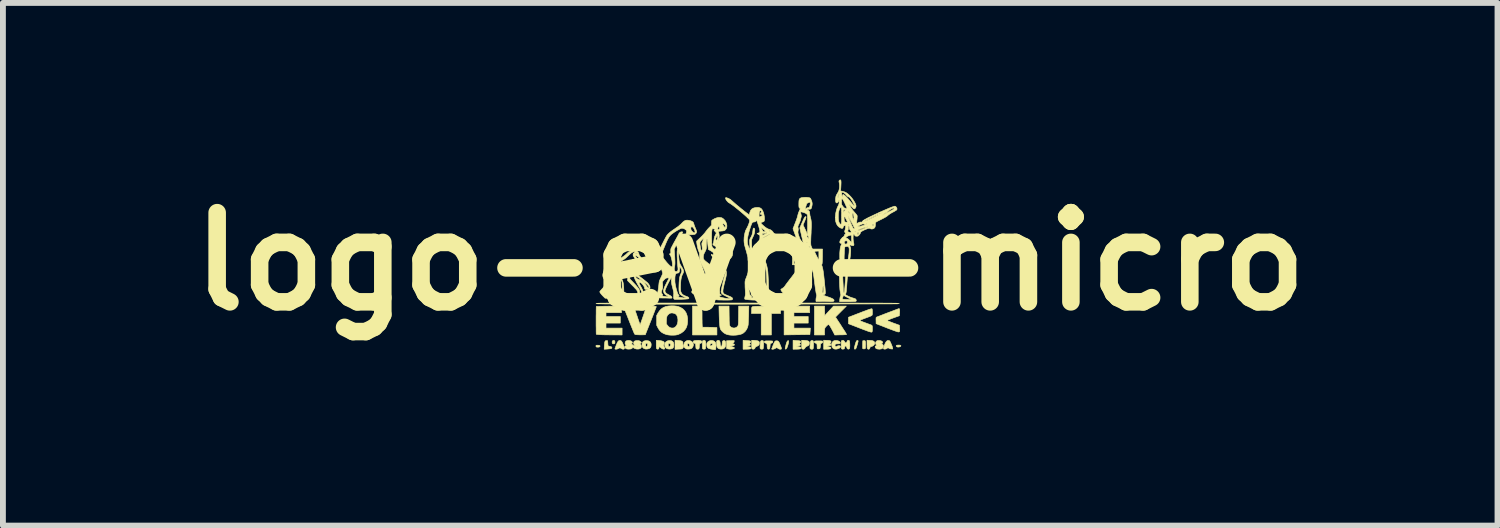
<source format=kicad_pcb>
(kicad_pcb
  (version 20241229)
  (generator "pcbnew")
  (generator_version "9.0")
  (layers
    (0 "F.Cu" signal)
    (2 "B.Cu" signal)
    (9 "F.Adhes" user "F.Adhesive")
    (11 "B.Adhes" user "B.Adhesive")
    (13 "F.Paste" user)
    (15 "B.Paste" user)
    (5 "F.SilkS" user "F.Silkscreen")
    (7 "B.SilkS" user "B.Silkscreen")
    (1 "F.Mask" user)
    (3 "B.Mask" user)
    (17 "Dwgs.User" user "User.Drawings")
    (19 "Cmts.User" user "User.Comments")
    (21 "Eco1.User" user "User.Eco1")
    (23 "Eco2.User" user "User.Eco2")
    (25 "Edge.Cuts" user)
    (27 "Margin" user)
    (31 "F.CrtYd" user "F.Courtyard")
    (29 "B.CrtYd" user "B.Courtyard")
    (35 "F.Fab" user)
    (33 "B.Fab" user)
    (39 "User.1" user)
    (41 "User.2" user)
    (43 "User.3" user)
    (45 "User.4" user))
  (footprint "logo-evo-micro"
    (layer "F.Cu")
    (at 9.768 1.418)
    (property "Reference" "logo-evo-micro" (at 0 0 0) (layer "F.SilkS") (effects (font (size 1.524 1.524) (thickness 0.3))))
    (attr smd)
    (fp_poly (pts (xy -2.583 1.432) (xy -2.57 1.437) (xy -2.565 1.445) (xy -2.57 1.455) (xy -2.579 1.46) (xy -2.594 1.463) (xy -2.611 1.463) (xy -2.625 1.461) (xy -2.631 1.459) (xy -2.635 1.451) (xy -2.636 1.442) (xy -2.634 1.435) (xy -2.629 1.432) (xy -2.619 1.43) (xy -2.604 1.43) (xy -2.583 1.432)) (stroke (width 0.01) (type solid)) (fill yes) (layer "F.SilkS"))
    (fp_poly (pts (xy -2.324 1.35) (xy -2.315 1.357) (xy -2.312 1.368) (xy -2.311 1.374) (xy -2.313 1.392) (xy -2.317 1.402) (xy -2.327 1.407) (xy -2.335 1.407) (xy -2.348 1.406) (xy -2.355 1.399) (xy -2.357 1.394) (xy -2.36 1.376) (xy -2.356 1.362) (xy -2.347 1.351) (xy -2.335 1.348) (xy -2.324 1.35)) (stroke (width 0.01) (type solid)) (fill yes) (layer "F.SilkS"))
    (fp_poly (pts (xy 2.545 1.428) (xy 2.562 1.43) (xy 2.571 1.433) (xy 2.575 1.439) (xy 2.575 1.439) (xy 2.572 1.448) (xy 2.562 1.455) (xy 2.547 1.46) (xy 2.53 1.462) (xy 2.515 1.461) (xy 2.503 1.456) (xy 2.502 1.455) (xy 2.494 1.444) (xy 2.496 1.435) (xy 2.507 1.43) (xy 2.527 1.428) (xy 2.545 1.428)) (stroke (width 0.01) (type solid)) (fill yes) (layer "F.SilkS"))
    (fp_poly (pts (xy -1.235 1.348) (xy -1.201 1.351) (xy -1.176 1.357) (xy -1.16 1.365) (xy -1.151 1.376) (xy -1.149 1.391) (xy -1.15 1.401) (xy -1.15 1.419) (xy -1.145 1.434) (xy -1.14 1.446) (xy -1.14 1.455) (xy -1.144 1.467) (xy -1.145 1.47) (xy -1.153 1.482) (xy -1.161 1.49) (xy -1.162 1.491) (xy -1.171 1.493) (xy -1.187 1.495) (xy -1.208 1.496) (xy -1.228 1.497) (xy -1.285 1.5) (xy -1.285 1.345) (xy -1.235 1.348)) (stroke (width 0.01) (type solid)) (fill yes) (layer "F.SilkS"))
    (fp_poly (pts (xy 0.655 1.354) (xy 0.656 1.355) (xy 0.658 1.363) (xy 0.656 1.377) (xy 0.653 1.397) (xy 0.647 1.419) (xy 0.64 1.441) (xy 0.633 1.462) (xy 0.628 1.473) (xy 0.618 1.489) (xy 0.609 1.497) (xy 0.602 1.496) (xy 0.598 1.489) (xy 0.598 1.48) (xy 0.601 1.463) (xy 0.606 1.442) (xy 0.612 1.419) (xy 0.618 1.398) (xy 0.625 1.379) (xy 0.626 1.375) (xy 0.635 1.36) (xy 0.645 1.352) (xy 0.655 1.354)) (stroke (width 0.01) (type solid)) (fill yes) (layer "F.SilkS"))
    (fp_poly (pts (xy 1.961 1.354) (xy 1.966 1.361) (xy 1.969 1.374) (xy 1.971 1.394) (xy 1.971 1.422) (xy 1.97 1.453) (xy 1.969 1.475) (xy 1.966 1.486) (xy 1.965 1.487) (xy 1.956 1.492) (xy 1.943 1.493) (xy 1.93 1.492) (xy 1.923 1.488) (xy 1.922 1.487) (xy 1.922 1.479) (xy 1.921 1.464) (xy 1.921 1.443) (xy 1.921 1.418) (xy 1.921 1.417) (xy 1.923 1.354) (xy 1.94 1.352) (xy 1.952 1.352) (xy 1.961 1.354)) (stroke (width 0.01) (type solid)) (fill yes) (layer "F.SilkS"))
    (fp_poly (pts (xy 0.518 0.889) (xy 0.361 0.889) (xy 0.361 1.255) (xy 0.188 1.255) (xy 0.188 0.889) (xy 0.022 0.889) (xy 0.024 0.839) (xy 0.025 0.816) (xy 0.025 0.798) (xy 0.027 0.785) (xy 0.032 0.777) (xy 0.041 0.771) (xy 0.054 0.769) (xy 0.074 0.767) (xy 0.102 0.766) (xy 0.133 0.765) (xy 0.168 0.764) (xy 0.21 0.764) (xy 0.257 0.763) (xy 0.305 0.762) (xy 0.351 0.762) (xy 0.377 0.762) (xy 0.518 0.762) (xy 0.518 0.889)) (stroke (width 0.01) (type solid)) (fill yes) (layer "F.SilkS"))
    (fp_poly (pts (xy -0.826 0.786) (xy -0.825 0.797) (xy -0.825 0.817) (xy -0.824 0.844) (xy -0.823 0.876) (xy -0.823 0.911) (xy -0.823 0.942) (xy -0.823 0.98) (xy -0.822 1.015) (xy -0.822 1.046) (xy -0.821 1.072) (xy -0.82 1.09) (xy -0.82 1.099) (xy -0.817 1.123) (xy -0.754 1.123) (xy -0.722 1.123) (xy -0.685 1.124) (xy -0.649 1.125) (xy -0.631 1.126) (xy -0.569 1.129) (xy -0.569 1.255) (xy -0.986 1.255) (xy -0.986 0.762) (xy -0.829 0.762) (xy -0.826 0.786)) (stroke (width 0.01) (type solid)) (fill yes) (layer "F.SilkS"))
    (fp_poly (pts (xy 1.016 0.874) (xy 0.747 0.874) (xy 0.747 0.94) (xy 0.991 0.94) (xy 0.991 1.052) (xy 0.747 1.052) (xy 0.747 1.138) (xy 1.027 1.138) (xy 1.024 1.193) (xy 1.022 1.215) (xy 1.021 1.233) (xy 1.02 1.244) (xy 1.019 1.248) (xy 1.014 1.248) (xy 1 1.248) (xy 0.978 1.249) (xy 0.948 1.249) (xy 0.913 1.25) (xy 0.873 1.25) (xy 0.829 1.251) (xy 0.799 1.251) (xy 0.579 1.254) (xy 0.579 0.762) (xy 1.016 0.762) (xy 1.016 0.874)) (stroke (width 0.01) (type solid)) (fill yes) (layer "F.SilkS"))
    (fp_poly (pts (xy 1.838 1.35) (xy 1.844 1.356) (xy 1.844 1.358) (xy 1.843 1.368) (xy 1.839 1.385) (xy 1.833 1.407) (xy 1.826 1.43) (xy 1.819 1.452) (xy 1.813 1.47) (xy 1.808 1.483) (xy 1.806 1.486) (xy 1.797 1.496) (xy 1.787 1.498) (xy 1.78 1.492) (xy 1.78 1.491) (xy 1.779 1.481) (xy 1.782 1.464) (xy 1.787 1.443) (xy 1.793 1.419) (xy 1.8 1.396) (xy 1.807 1.376) (xy 1.814 1.361) (xy 1.819 1.354) (xy 1.828 1.349) (xy 1.838 1.35)) (stroke (width 0.01) (type solid)) (fill yes) (layer "F.SilkS"))
    (fp_poly (pts (xy 2.046 1.348) (xy 2.076 1.35) (xy 2.097 1.355) (xy 2.112 1.363) (xy 2.122 1.374) (xy 2.126 1.383) (xy 2.127 1.401) (xy 2.12 1.419) (xy 2.106 1.435) (xy 2.087 1.447) (xy 2.068 1.453) (xy 2.056 1.456) (xy 2.049 1.463) (xy 2.047 1.473) (xy 2.04 1.489) (xy 2.029 1.498) (xy 2.016 1.498) (xy 2.004 1.491) (xy 2.001 1.485) (xy 1.999 1.477) (xy 1.997 1.462) (xy 1.997 1.441) (xy 1.996 1.414) (xy 1.996 1.345) (xy 2.046 1.348)) (stroke (width 0.01) (type solid)) (fill yes) (layer "F.SilkS"))
    (fp_poly (pts (xy 0.083 1.348) (xy 0.109 1.351) (xy 0.131 1.356) (xy 0.146 1.363) (xy 0.148 1.365) (xy 0.156 1.378) (xy 0.157 1.395) (xy 0.154 1.416) (xy 0.143 1.432) (xy 0.123 1.445) (xy 0.111 1.45) (xy 0.096 1.457) (xy 0.087 1.464) (xy 0.084 1.474) (xy 0.076 1.489) (xy 0.062 1.497) (xy 0.046 1.498) (xy 0.034 1.493) (xy 0.031 1.49) (xy 0.028 1.484) (xy 0.027 1.474) (xy 0.026 1.458) (xy 0.025 1.435) (xy 0.025 1.417) (xy 0.025 1.346) (xy 0.055 1.346) (xy 0.083 1.348)) (stroke (width 0.01) (type solid)) (fill yes) (layer "F.SilkS"))
    (fp_poly (pts (xy 0.216 1.352) (xy 0.223 1.356) (xy 0.226 1.366) (xy 0.226 1.369) (xy 0.228 1.386) (xy 0.229 1.407) (xy 0.228 1.43) (xy 0.227 1.453) (xy 0.225 1.473) (xy 0.222 1.487) (xy 0.218 1.494) (xy 0.203 1.498) (xy 0.186 1.497) (xy 0.175 1.492) (xy 0.171 1.488) (xy 0.169 1.482) (xy 0.168 1.473) (xy 0.168 1.458) (xy 0.169 1.435) (xy 0.169 1.428) (xy 0.172 1.398) (xy 0.174 1.377) (xy 0.178 1.364) (xy 0.183 1.356) (xy 0.191 1.352) (xy 0.202 1.351) (xy 0.203 1.351) (xy 0.216 1.352)) (stroke (width 0.01) (type solid)) (fill yes) (layer "F.SilkS"))
    (fp_poly (pts (xy -2.455 1.352) (xy -2.436 1.354) (xy -2.433 1.394) (xy -2.432 1.414) (xy -2.43 1.43) (xy -2.428 1.44) (xy -2.427 1.441) (xy -2.42 1.445) (xy -2.407 1.448) (xy -2.398 1.45) (xy -2.377 1.455) (xy -2.365 1.464) (xy -2.363 1.476) (xy -2.363 1.476) (xy -2.366 1.482) (xy -2.372 1.486) (xy -2.384 1.49) (xy -2.403 1.492) (xy -2.43 1.495) (xy -2.443 1.496) (xy -2.495 1.499) (xy -2.492 1.437) (xy -2.489 1.405) (xy -2.486 1.382) (xy -2.482 1.366) (xy -2.476 1.357) (xy -2.468 1.353) (xy -2.456 1.352) (xy -2.455 1.352)) (stroke (width 0.01) (type solid)) (fill yes) (layer "F.SilkS"))
    (fp_poly (pts (xy 0.937 1.348) (xy 0.963 1.351) (xy 0.985 1.356) (xy 0.999 1.363) (xy 1.002 1.365) (xy 1.009 1.377) (xy 1.011 1.394) (xy 1.009 1.412) (xy 1.002 1.427) (xy 1.002 1.428) (xy 0.991 1.436) (xy 0.976 1.445) (xy 0.97 1.447) (xy 0.952 1.457) (xy 0.94 1.47) (xy 0.939 1.473) (xy 0.926 1.491) (xy 0.912 1.499) (xy 0.895 1.497) (xy 0.888 1.493) (xy 0.884 1.49) (xy 0.882 1.484) (xy 0.88 1.474) (xy 0.879 1.458) (xy 0.879 1.435) (xy 0.879 1.417) (xy 0.879 1.346) (xy 0.909 1.346) (xy 0.937 1.348)) (stroke (width 0.01) (type solid)) (fill yes) (layer "F.SilkS"))
    (fp_poly (pts (xy -0.778 1.349) (xy -0.769 1.355) (xy -0.764 1.364) (xy -0.761 1.377) (xy -0.759 1.394) (xy -0.758 1.415) (xy -0.759 1.438) (xy -0.761 1.46) (xy -0.763 1.478) (xy -0.766 1.49) (xy -0.767 1.491) (xy -0.778 1.497) (xy -0.793 1.498) (xy -0.807 1.494) (xy -0.809 1.493) (xy -0.813 1.49) (xy -0.815 1.484) (xy -0.817 1.473) (xy -0.818 1.457) (xy -0.818 1.432) (xy -0.818 1.422) (xy -0.818 1.395) (xy -0.817 1.377) (xy -0.816 1.365) (xy -0.814 1.358) (xy -0.811 1.354) (xy -0.806 1.351) (xy -0.805 1.35) (xy -0.787 1.347) (xy -0.778 1.349)) (stroke (width 0.01) (type solid)) (fill yes) (layer "F.SilkS"))
    (fp_poly (pts (xy 1.07 1.352) (xy 1.076 1.356) (xy 1.079 1.366) (xy 1.08 1.369) (xy 1.081 1.381) (xy 1.082 1.401) (xy 1.082 1.424) (xy 1.081 1.437) (xy 1.08 1.463) (xy 1.078 1.481) (xy 1.074 1.491) (xy 1.067 1.497) (xy 1.057 1.498) (xy 1.051 1.499) (xy 1.037 1.496) (xy 1.029 1.492) (xy 1.025 1.488) (xy 1.022 1.482) (xy 1.021 1.473) (xy 1.021 1.458) (xy 1.023 1.435) (xy 1.023 1.428) (xy 1.025 1.398) (xy 1.028 1.377) (xy 1.031 1.364) (xy 1.037 1.356) (xy 1.044 1.352) (xy 1.055 1.351) (xy 1.057 1.351) (xy 1.07 1.352)) (stroke (width 0.01) (type solid)) (fill yes) (layer "F.SilkS"))
    (fp_poly (pts (xy 2.381 1.355) (xy 2.387 1.362) (xy 2.394 1.376) (xy 2.403 1.395) (xy 2.412 1.417) (xy 2.421 1.438) (xy 2.428 1.457) (xy 2.432 1.472) (xy 2.432 1.474) (xy 2.435 1.494) (xy 2.412 1.494) (xy 2.396 1.492) (xy 2.383 1.488) (xy 2.38 1.487) (xy 2.362 1.477) (xy 2.348 1.476) (xy 2.337 1.484) (xy 2.323 1.492) (xy 2.307 1.497) (xy 2.291 1.497) (xy 2.281 1.494) (xy 2.278 1.49) (xy 2.277 1.484) (xy 2.279 1.473) (xy 2.285 1.455) (xy 2.287 1.447) (xy 2.302 1.407) (xy 2.317 1.378) (xy 2.333 1.359) (xy 2.349 1.349) (xy 2.366 1.349) (xy 2.381 1.355)) (stroke (width 0.01) (type solid)) (fill yes) (layer "F.SilkS"))
    (fp_poly (pts (xy -2.203 1.357) (xy -2.195 1.366) (xy -2.189 1.377) (xy -2.18 1.395) (xy -2.171 1.416) (xy -2.163 1.438) (xy -2.155 1.458) (xy -2.15 1.474) (xy -2.149 1.482) (xy -2.153 1.493) (xy -2.163 1.498) (xy -2.178 1.498) (xy -2.196 1.491) (xy -2.205 1.486) (xy -2.216 1.479) (xy -2.226 1.476) (xy -2.236 1.479) (xy -2.251 1.486) (xy -2.261 1.491) (xy -2.273 1.496) (xy -2.288 1.498) (xy -2.301 1.498) (xy -2.31 1.495) (xy -2.311 1.492) (xy -2.31 1.484) (xy -2.304 1.47) (xy -2.297 1.45) (xy -2.289 1.429) (xy -2.28 1.407) (xy -2.271 1.388) (xy -2.265 1.375) (xy -2.252 1.358) (xy -2.236 1.349) (xy -2.219 1.349) (xy -2.203 1.357)) (stroke (width 0.01) (type solid)) (fill yes) (layer "F.SilkS"))
    (fp_poly (pts (xy -1.566 1.349) (xy -1.528 1.353) (xy -1.5 1.36) (xy -1.481 1.368) (xy -1.47 1.379) (xy -1.468 1.393) (xy -1.473 1.411) (xy -1.476 1.418) (xy -1.48 1.428) (xy -1.481 1.436) (xy -1.476 1.446) (xy -1.471 1.455) (xy -1.461 1.474) (xy -1.459 1.486) (xy -1.463 1.493) (xy -1.471 1.497) (xy -1.489 1.496) (xy -1.51 1.487) (xy -1.532 1.47) (xy -1.535 1.467) (xy -1.553 1.448) (xy -1.557 1.467) (xy -1.561 1.481) (xy -1.565 1.491) (xy -1.566 1.492) (xy -1.576 1.498) (xy -1.589 1.496) (xy -1.597 1.491) (xy -1.601 1.485) (xy -1.603 1.477) (xy -1.604 1.462) (xy -1.605 1.441) (xy -1.605 1.414) (xy -1.605 1.346) (xy -1.566 1.349)) (stroke (width 0.01) (type solid)) (fill yes) (layer "F.SilkS"))
    (fp_poly (pts (xy -0.856 1.35) (xy -0.837 1.355) (xy -0.828 1.363) (xy -0.828 1.364) (xy -0.826 1.379) (xy -0.832 1.39) (xy -0.842 1.397) (xy -0.845 1.397) (xy -0.855 1.399) (xy -0.862 1.404) (xy -0.866 1.416) (xy -0.869 1.435) (xy -0.87 1.449) (xy -0.871 1.473) (xy -0.875 1.487) (xy -0.879 1.494) (xy -0.893 1.498) (xy -0.909 1.497) (xy -0.922 1.491) (xy -0.927 1.481) (xy -0.929 1.464) (xy -0.93 1.45) (xy -0.931 1.424) (xy -0.935 1.408) (xy -0.943 1.399) (xy -0.952 1.397) (xy -0.966 1.393) (xy -0.974 1.382) (xy -0.975 1.374) (xy -0.973 1.364) (xy -0.967 1.357) (xy -0.953 1.352) (xy -0.932 1.349) (xy -0.919 1.348) (xy -0.883 1.347) (xy -0.856 1.35)) (stroke (width 0.01) (type solid)) (fill yes) (layer "F.SilkS"))
    (fp_poly (pts (xy -0.274 1.366) (xy -0.277 1.379) (xy -0.286 1.388) (xy -0.289 1.389) (xy -0.303 1.395) (xy -0.313 1.398) (xy -0.315 1.399) (xy -0.307 1.401) (xy -0.3 1.403) (xy -0.28 1.409) (xy -0.27 1.417) (xy -0.269 1.425) (xy -0.277 1.433) (xy -0.293 1.439) (xy -0.309 1.442) (xy -0.33 1.444) (xy -0.34 1.447) (xy -0.34 1.45) (xy -0.33 1.454) (xy -0.311 1.458) (xy -0.298 1.46) (xy -0.281 1.465) (xy -0.272 1.472) (xy -0.271 1.481) (xy -0.278 1.487) (xy -0.292 1.492) (xy -0.311 1.496) (xy -0.333 1.498) (xy -0.338 1.498) (xy -0.358 1.497) (xy -0.377 1.494) (xy -0.386 1.492) (xy -0.404 1.486) (xy -0.404 1.354) (xy -0.274 1.351) (xy -0.274 1.366)) (stroke (width 0.01) (type solid)) (fill yes) (layer "F.SilkS"))
    (fp_poly (pts (xy 0.339 1.356) (xy 0.359 1.357) (xy 0.374 1.358) (xy 0.381 1.359) (xy 0.381 1.359) (xy 0.385 1.366) (xy 0.386 1.374) (xy 0.383 1.383) (xy 0.373 1.39) (xy 0.364 1.395) (xy 0.343 1.405) (xy 0.339 1.445) (xy 0.337 1.464) (xy 0.334 1.481) (xy 0.33 1.491) (xy 0.33 1.491) (xy 0.319 1.498) (xy 0.305 1.496) (xy 0.298 1.491) (xy 0.293 1.481) (xy 0.29 1.464) (xy 0.289 1.449) (xy 0.289 1.426) (xy 0.286 1.412) (xy 0.28 1.403) (xy 0.269 1.397) (xy 0.264 1.395) (xy 0.248 1.387) (xy 0.24 1.377) (xy 0.242 1.367) (xy 0.245 1.364) (xy 0.25 1.36) (xy 0.259 1.358) (xy 0.274 1.356) (xy 0.296 1.356) (xy 0.314 1.356) (xy 0.339 1.356)) (stroke (width 0.01) (type solid)) (fill yes) (layer "F.SilkS"))
    (fp_poly (pts (xy 1.311 1.347) (xy 1.34 1.349) (xy 1.361 1.352) (xy 1.374 1.357) (xy 1.38 1.363) (xy 1.381 1.373) (xy 1.38 1.379) (xy 1.374 1.39) (xy 1.361 1.395) (xy 1.36 1.395) (xy 1.344 1.399) (xy 1.362 1.405) (xy 1.376 1.412) (xy 1.381 1.421) (xy 1.378 1.43) (xy 1.366 1.437) (xy 1.349 1.441) (xy 1.331 1.443) (xy 1.33 1.443) (xy 1.318 1.444) (xy 1.311 1.447) (xy 1.311 1.448) (xy 1.313 1.451) (xy 1.32 1.454) (xy 1.334 1.457) (xy 1.353 1.46) (xy 1.372 1.464) (xy 1.38 1.471) (xy 1.38 1.48) (xy 1.379 1.482) (xy 1.372 1.489) (xy 1.363 1.493) (xy 1.347 1.496) (xy 1.325 1.498) (xy 1.302 1.498) (xy 1.255 1.499) (xy 1.255 1.345) (xy 1.311 1.347)) (stroke (width 0.01) (type solid)) (fill yes) (layer "F.SilkS"))
    (fp_poly (pts (xy -1.034 1.351) (xy -1.01 1.36) (xy -0.989 1.376) (xy -0.977 1.394) (xy -0.971 1.416) (xy -0.973 1.439) (xy -0.982 1.462) (xy -0.996 1.48) (xy -1.008 1.488) (xy -1.025 1.493) (xy -1.048 1.496) (xy -1.07 1.496) (xy -1.089 1.494) (xy -1.089 1.494) (xy -1.111 1.482) (xy -1.127 1.464) (xy -1.135 1.441) (xy -1.135 1.417) (xy -1.134 1.415) (xy -1.075 1.415) (xy -1.075 1.428) (xy -1.07 1.44) (xy -1.061 1.449) (xy -1.052 1.453) (xy -1.044 1.451) (xy -1.039 1.445) (xy -1.036 1.427) (xy -1.041 1.412) (xy -1.047 1.405) (xy -1.06 1.4) (xy -1.07 1.405) (xy -1.075 1.415) (xy -1.134 1.415) (xy -1.126 1.391) (xy -1.122 1.384) (xy -1.105 1.365) (xy -1.084 1.353) (xy -1.059 1.349) (xy -1.034 1.351)) (stroke (width 0.01) (type solid)) (fill yes) (layer "F.SilkS"))
    (fp_poly (pts (xy -1.741 1.355) (xy -1.717 1.365) (xy -1.701 1.382) (xy -1.693 1.406) (xy -1.692 1.424) (xy -1.695 1.451) (xy -1.705 1.472) (xy -1.721 1.485) (xy -1.741 1.492) (xy -1.765 1.496) (xy -1.787 1.496) (xy -1.796 1.494) (xy -1.821 1.484) (xy -1.837 1.469) (xy -1.847 1.447) (xy -1.849 1.422) (xy -1.849 1.42) (xy -1.788 1.42) (xy -1.786 1.437) (xy -1.782 1.45) (xy -1.775 1.457) (xy -1.773 1.458) (xy -1.767 1.454) (xy -1.761 1.447) (xy -1.755 1.434) (xy -1.753 1.42) (xy -1.754 1.407) (xy -1.758 1.399) (xy -1.767 1.398) (xy -1.776 1.399) (xy -1.784 1.403) (xy -1.788 1.412) (xy -1.788 1.42) (xy -1.849 1.42) (xy -1.846 1.395) (xy -1.836 1.374) (xy -1.819 1.36) (xy -1.794 1.353) (xy -1.771 1.351) (xy -1.741 1.355)) (stroke (width 0.01) (type solid)) (fill yes) (layer "F.SilkS"))
    (fp_poly (pts (xy -1.347 1.354) (xy -1.327 1.364) (xy -1.313 1.381) (xy -1.306 1.406) (xy -1.304 1.424) (xy -1.307 1.453) (xy -1.316 1.474) (xy -1.331 1.487) (xy -1.332 1.487) (xy -1.353 1.494) (xy -1.379 1.496) (xy -1.405 1.494) (xy -1.41 1.493) (xy -1.434 1.483) (xy -1.451 1.465) (xy -1.46 1.442) (xy -1.461 1.415) (xy -1.461 1.414) (xy -1.401 1.414) (xy -1.401 1.431) (xy -1.397 1.445) (xy -1.39 1.455) (xy -1.381 1.456) (xy -1.371 1.448) (xy -1.365 1.438) (xy -1.36 1.425) (xy -1.36 1.417) (xy -1.363 1.41) (xy -1.375 1.4) (xy -1.387 1.398) (xy -1.395 1.402) (xy -1.401 1.414) (xy -1.461 1.414) (xy -1.461 1.412) (xy -1.452 1.387) (xy -1.435 1.368) (xy -1.412 1.355) (xy -1.382 1.35) (xy -1.375 1.35) (xy -1.347 1.354)) (stroke (width 0.01) (type solid)) (fill yes) (layer "F.SilkS"))
    (fp_poly (pts (xy -0.07 1.35) (xy -0.04 1.352) (xy -0.019 1.354) (xy -0.004 1.357) (xy 0.004 1.361) (xy 0.008 1.366) (xy 0.009 1.37) (xy 0.006 1.381) (xy -0.004 1.391) (xy -0.017 1.397) (xy -0.023 1.397) (xy -0.026 1.399) (xy -0.02 1.402) (xy -0.015 1.404) (xy -0.001 1.412) (xy 0.004 1.422) (xy 0.001 1.432) (xy -0.009 1.439) (xy -0.026 1.443) (xy -0.03 1.443) (xy -0.045 1.444) (xy -0.055 1.447) (xy -0.058 1.451) (xy -0.053 1.455) (xy -0.043 1.457) (xy -0.028 1.458) (xy -0.023 1.458) (xy -0.004 1.46) (xy 0.01 1.467) (xy 0.015 1.477) (xy 0.014 1.481) (xy 0.011 1.487) (xy 0.004 1.492) (xy -0.01 1.495) (xy -0.03 1.497) (xy -0.059 1.498) (xy -0.07 1.498) (xy -0.122 1.499) (xy -0.122 1.346) (xy -0.07 1.35)) (stroke (width 0.01) (type solid)) (fill yes) (layer "F.SilkS"))
    (fp_poly (pts (xy 0.784 1.35) (xy 0.814 1.352) (xy 0.835 1.354) (xy 0.849 1.357) (xy 0.857 1.361) (xy 0.861 1.366) (xy 0.863 1.37) (xy 0.86 1.381) (xy 0.85 1.391) (xy 0.836 1.397) (xy 0.831 1.397) (xy 0.827 1.399) (xy 0.833 1.402) (xy 0.838 1.404) (xy 0.852 1.412) (xy 0.858 1.422) (xy 0.855 1.432) (xy 0.844 1.439) (xy 0.827 1.443) (xy 0.823 1.443) (xy 0.808 1.444) (xy 0.798 1.447) (xy 0.795 1.451) (xy 0.8 1.455) (xy 0.81 1.457) (xy 0.826 1.458) (xy 0.83 1.458) (xy 0.85 1.46) (xy 0.863 1.467) (xy 0.868 1.477) (xy 0.868 1.481) (xy 0.865 1.487) (xy 0.857 1.492) (xy 0.844 1.495) (xy 0.824 1.497) (xy 0.795 1.498) (xy 0.784 1.498) (xy 0.732 1.499) (xy 0.732 1.346) (xy 0.784 1.35)) (stroke (width 0.01) (type solid)) (fill yes) (layer "F.SilkS"))
    (fp_poly (pts (xy 0.464 1.356) (xy 0.474 1.359) (xy 0.483 1.367) (xy 0.492 1.379) (xy 0.502 1.399) (xy 0.513 1.426) (xy 0.516 1.432) (xy 0.526 1.458) (xy 0.532 1.476) (xy 0.534 1.488) (xy 0.532 1.495) (xy 0.524 1.498) (xy 0.513 1.499) (xy 0.51 1.499) (xy 0.496 1.495) (xy 0.48 1.488) (xy 0.478 1.486) (xy 0.465 1.478) (xy 0.454 1.473) (xy 0.452 1.473) (xy 0.443 1.476) (xy 0.431 1.483) (xy 0.427 1.486) (xy 0.415 1.492) (xy 0.4 1.497) (xy 0.385 1.499) (xy 0.374 1.499) (xy 0.367 1.496) (xy 0.367 1.492) (xy 0.37 1.485) (xy 0.376 1.471) (xy 0.383 1.451) (xy 0.391 1.431) (xy 0.402 1.403) (xy 0.412 1.382) (xy 0.42 1.368) (xy 0.428 1.36) (xy 0.437 1.356) (xy 0.449 1.355) (xy 0.452 1.355) (xy 0.464 1.356)) (stroke (width 0.01) (type solid)) (fill yes) (layer "F.SilkS"))
    (fp_poly (pts (xy 1.49 1.352) (xy 1.51 1.358) (xy 1.527 1.368) (xy 1.537 1.38) (xy 1.539 1.39) (xy 1.538 1.398) (xy 1.531 1.403) (xy 1.519 1.406) (xy 1.499 1.407) (xy 1.492 1.407) (xy 1.473 1.408) (xy 1.46 1.411) (xy 1.454 1.413) (xy 1.448 1.425) (xy 1.45 1.439) (xy 1.457 1.449) (xy 1.464 1.454) (xy 1.471 1.454) (xy 1.481 1.448) (xy 1.497 1.441) (xy 1.515 1.438) (xy 1.53 1.44) (xy 1.539 1.445) (xy 1.544 1.456) (xy 1.539 1.467) (xy 1.528 1.478) (xy 1.512 1.486) (xy 1.493 1.493) (xy 1.472 1.497) (xy 1.451 1.497) (xy 1.432 1.493) (xy 1.429 1.491) (xy 1.411 1.478) (xy 1.399 1.459) (xy 1.393 1.437) (xy 1.392 1.413) (xy 1.397 1.39) (xy 1.408 1.371) (xy 1.423 1.358) (xy 1.444 1.351) (xy 1.467 1.349) (xy 1.49 1.352)) (stroke (width 0.01) (type solid)) (fill yes) (layer "F.SilkS"))
    (fp_poly (pts (xy -0.529 1.351) (xy -0.519 1.365) (xy -0.514 1.386) (xy -0.513 1.399) (xy -0.512 1.419) (xy -0.507 1.436) (xy -0.502 1.449) (xy -0.495 1.453) (xy -0.489 1.448) (xy -0.484 1.436) (xy -0.48 1.419) (xy -0.478 1.4) (xy -0.478 1.396) (xy -0.476 1.373) (xy -0.47 1.359) (xy -0.459 1.352) (xy -0.45 1.351) (xy -0.437 1.353) (xy -0.428 1.359) (xy -0.422 1.372) (xy -0.419 1.393) (xy -0.418 1.404) (xy -0.419 1.435) (xy -0.425 1.458) (xy -0.438 1.477) (xy -0.447 1.484) (xy -0.463 1.492) (xy -0.485 1.496) (xy -0.508 1.496) (xy -0.522 1.494) (xy -0.542 1.487) (xy -0.556 1.476) (xy -0.566 1.46) (xy -0.572 1.438) (xy -0.574 1.408) (xy -0.574 1.396) (xy -0.574 1.376) (xy -0.573 1.363) (xy -0.57 1.356) (xy -0.565 1.352) (xy -0.562 1.351) (xy -0.544 1.346) (xy -0.529 1.351)) (stroke (width 0.01) (type solid)) (fill yes) (layer "F.SilkS"))
    (fp_poly (pts (xy 1.192 1.356) (xy 1.213 1.357) (xy 1.227 1.358) (xy 1.234 1.359) (xy 1.234 1.359) (xy 1.238 1.366) (xy 1.24 1.374) (xy 1.236 1.386) (xy 1.224 1.395) (xy 1.223 1.395) (xy 1.211 1.401) (xy 1.205 1.405) (xy 1.204 1.406) (xy 1.203 1.411) (xy 1.201 1.425) (xy 1.199 1.443) (xy 1.199 1.446) (xy 1.196 1.469) (xy 1.192 1.484) (xy 1.188 1.489) (xy 1.178 1.492) (xy 1.165 1.493) (xy 1.152 1.492) (xy 1.146 1.49) (xy 1.145 1.484) (xy 1.143 1.47) (xy 1.143 1.452) (xy 1.143 1.451) (xy 1.142 1.428) (xy 1.14 1.413) (xy 1.134 1.404) (xy 1.124 1.398) (xy 1.117 1.395) (xy 1.101 1.387) (xy 1.094 1.377) (xy 1.095 1.367) (xy 1.098 1.364) (xy 1.103 1.36) (xy 1.113 1.358) (xy 1.127 1.356) (xy 1.149 1.356) (xy 1.168 1.356) (xy 1.192 1.356)) (stroke (width 0.01) (type solid)) (fill yes) (layer "F.SilkS"))
    (fp_poly (pts (xy 1.273 0.925) (xy 1.423 0.762) (xy 1.643 0.762) (xy 1.55 0.855) (xy 1.457 0.949) (xy 1.546 1.085) (xy 1.572 1.126) (xy 1.594 1.16) (xy 1.611 1.186) (xy 1.624 1.206) (xy 1.633 1.222) (xy 1.639 1.233) (xy 1.643 1.24) (xy 1.645 1.244) (xy 1.645 1.247) (xy 1.644 1.248) (xy 1.638 1.249) (xy 1.624 1.25) (xy 1.603 1.252) (xy 1.576 1.253) (xy 1.546 1.253) (xy 1.543 1.253) (xy 1.445 1.256) (xy 1.413 1.193) (xy 1.392 1.154) (xy 1.375 1.124) (xy 1.362 1.102) (xy 1.351 1.087) (xy 1.343 1.079) (xy 1.337 1.077) (xy 1.328 1.081) (xy 1.316 1.09) (xy 1.302 1.104) (xy 1.289 1.118) (xy 1.279 1.132) (xy 1.275 1.14) (xy 1.273 1.151) (xy 1.271 1.169) (xy 1.27 1.191) (xy 1.27 1.204) (xy 1.27 1.255) (xy 1.097 1.255) (xy 1.097 0.762) (xy 1.27 0.762) (xy 1.273 0.925)) (stroke (width 0.01) (type solid)) (fill yes) (layer "F.SilkS"))
    (fp_poly (pts (xy -0.631 1.354) (xy -0.61 1.365) (xy -0.595 1.382) (xy -0.591 1.392) (xy -0.587 1.409) (xy -0.585 1.429) (xy -0.585 1.451) (xy -0.586 1.472) (xy -0.589 1.49) (xy -0.593 1.502) (xy -0.597 1.506) (xy -0.604 1.506) (xy -0.618 1.505) (xy -0.637 1.502) (xy -0.643 1.501) (xy -0.678 1.495) (xy -0.703 1.488) (xy -0.721 1.48) (xy -0.733 1.468) (xy -0.739 1.453) (xy -0.741 1.434) (xy -0.742 1.426) (xy -0.688 1.426) (xy -0.687 1.436) (xy -0.68 1.442) (xy -0.669 1.441) (xy -0.655 1.433) (xy -0.652 1.43) (xy -0.644 1.42) (xy -0.643 1.412) (xy -0.645 1.407) (xy -0.654 1.399) (xy -0.666 1.399) (xy -0.678 1.408) (xy -0.682 1.412) (xy -0.688 1.426) (xy -0.742 1.426) (xy -0.742 1.424) (xy -0.741 1.405) (xy -0.739 1.393) (xy -0.734 1.384) (xy -0.725 1.374) (xy -0.704 1.359) (xy -0.68 1.351) (xy -0.655 1.349) (xy -0.631 1.354)) (stroke (width 0.01) (type solid)) (fill yes) (layer "F.SilkS"))
    (fp_poly (pts (xy -2.2 0.874) (xy -2.464 0.874) (xy -2.464 0.94) (xy -2.22 0.94) (xy -2.22 1.052) (xy -2.464 1.052) (xy -2.464 1.138) (xy -2.189 1.138) (xy -2.189 1.255) (xy -2.353 1.254) (xy -2.396 1.254) (xy -2.438 1.253) (xy -2.478 1.253) (xy -2.514 1.252) (xy -2.544 1.251) (xy -2.566 1.25) (xy -2.572 1.25) (xy -2.594 1.248) (xy -2.613 1.246) (xy -2.626 1.244) (xy -2.63 1.243) (xy -2.631 1.237) (xy -2.631 1.222) (xy -2.632 1.2) (xy -2.632 1.172) (xy -2.632 1.138) (xy -2.633 1.1) (xy -2.633 1.059) (xy -2.633 1.017) (xy -2.633 0.974) (xy -2.633 0.932) (xy -2.632 0.893) (xy -2.632 0.857) (xy -2.632 0.825) (xy -2.631 0.799) (xy -2.631 0.781) (xy -2.63 0.77) (xy -2.63 0.769) (xy -2.624 0.768) (xy -2.61 0.767) (xy -2.587 0.767) (xy -2.558 0.766) (xy -2.522 0.765) (xy -2.482 0.764) (xy -2.438 0.764) (xy -2.414 0.763) (xy -2.2 0.76) (xy -2.2 0.874)) (stroke (width 0.01) (type solid)) (fill yes) (layer "F.SilkS"))
    (fp_poly (pts (xy 2.199 1.349) (xy 2.224 1.352) (xy 2.245 1.359) (xy 2.258 1.369) (xy 2.263 1.381) (xy 2.263 1.382) (xy 2.26 1.393) (xy 2.251 1.397) (xy 2.244 1.399) (xy 2.243 1.402) (xy 2.249 1.408) (xy 2.257 1.414) (xy 2.271 1.427) (xy 2.276 1.442) (xy 2.272 1.46) (xy 2.268 1.471) (xy 2.257 1.486) (xy 2.241 1.493) (xy 2.241 1.493) (xy 2.212 1.498) (xy 2.182 1.496) (xy 2.166 1.493) (xy 2.15 1.486) (xy 2.14 1.474) (xy 2.136 1.462) (xy 2.135 1.452) (xy 2.137 1.45) (xy 2.196 1.45) (xy 2.2 1.453) (xy 2.209 1.457) (xy 2.212 1.458) (xy 2.213 1.456) (xy 2.21 1.453) (xy 2.201 1.449) (xy 2.197 1.448) (xy 2.196 1.45) (xy 2.137 1.45) (xy 2.14 1.445) (xy 2.149 1.44) (xy 2.165 1.432) (xy 2.153 1.423) (xy 2.144 1.409) (xy 2.141 1.392) (xy 2.147 1.374) (xy 2.156 1.363) (xy 2.165 1.355) (xy 2.175 1.351) (xy 2.19 1.349) (xy 2.199 1.349)) (stroke (width 0.01) (type solid)) (fill yes) (layer "F.SilkS"))
    (fp_poly (pts (xy 1.686 1.348) (xy 1.693 1.352) (xy 1.697 1.362) (xy 1.699 1.379) (xy 1.701 1.404) (xy 1.701 1.407) (xy 1.702 1.44) (xy 1.701 1.463) (xy 1.698 1.48) (xy 1.694 1.49) (xy 1.687 1.495) (xy 1.684 1.497) (xy 1.67 1.496) (xy 1.658 1.488) (xy 1.651 1.476) (xy 1.651 1.473) (xy 1.648 1.462) (xy 1.64 1.451) (xy 1.631 1.444) (xy 1.624 1.444) (xy 1.619 1.451) (xy 1.614 1.465) (xy 1.613 1.47) (xy 1.61 1.485) (xy 1.604 1.493) (xy 1.599 1.495) (xy 1.58 1.498) (xy 1.566 1.495) (xy 1.563 1.493) (xy 1.56 1.49) (xy 1.557 1.484) (xy 1.556 1.473) (xy 1.555 1.457) (xy 1.554 1.432) (xy 1.554 1.422) (xy 1.555 1.395) (xy 1.555 1.377) (xy 1.556 1.365) (xy 1.558 1.358) (xy 1.561 1.354) (xy 1.566 1.351) (xy 1.567 1.351) (xy 1.584 1.347) (xy 1.6 1.353) (xy 1.611 1.367) (xy 1.614 1.372) (xy 1.619 1.384) (xy 1.627 1.389) (xy 1.634 1.389) (xy 1.644 1.388) (xy 1.649 1.381) (xy 1.652 1.372) (xy 1.658 1.355) (xy 1.669 1.347) (xy 1.676 1.346) (xy 1.686 1.348)) (stroke (width 0.01) (type solid)) (fill yes) (layer "F.SilkS"))
    (fp_poly (pts (xy 2.549 0.809) (xy 2.552 0.82) (xy 2.553 0.824) (xy 2.554 0.84) (xy 2.553 0.862) (xy 2.552 0.884) (xy 2.552 0.886) (xy 2.548 0.927) (xy 2.467 0.956) (xy 2.437 0.967) (xy 2.41 0.977) (xy 2.386 0.987) (xy 2.367 0.994) (xy 2.36 0.997) (xy 2.335 1.009) (xy 2.396 1.032) (xy 2.424 1.043) (xy 2.455 1.055) (xy 2.484 1.065) (xy 2.503 1.072) (xy 2.549 1.089) (xy 2.553 1.136) (xy 2.554 1.163) (xy 2.554 1.182) (xy 2.552 1.194) (xy 2.547 1.201) (xy 2.538 1.203) (xy 2.531 1.204) (xy 2.521 1.202) (xy 2.502 1.196) (xy 2.476 1.187) (xy 2.443 1.175) (xy 2.403 1.16) (xy 2.357 1.143) (xy 2.332 1.133) (xy 2.151 1.062) (xy 2.15 1.009) (xy 2.149 0.985) (xy 2.15 0.969) (xy 2.151 0.959) (xy 2.154 0.954) (xy 2.158 0.951) (xy 2.164 0.948) (xy 2.179 0.942) (xy 2.201 0.934) (xy 2.228 0.923) (xy 2.26 0.911) (xy 2.295 0.897) (xy 2.332 0.883) (xy 2.369 0.869) (xy 2.406 0.855) (xy 2.441 0.842) (xy 2.472 0.83) (xy 2.499 0.82) (xy 2.52 0.812) (xy 2.534 0.807) (xy 2.538 0.805) (xy 2.545 0.805) (xy 2.549 0.809)) (stroke (width 0.01) (type solid)) (fill yes) (layer "F.SilkS"))
    (fp_poly (pts (xy 2.08 0.808) (xy 2.081 0.809) (xy 2.084 0.816) (xy 2.086 0.831) (xy 2.087 0.85) (xy 2.087 0.871) (xy 2.087 0.891) (xy 2.085 0.908) (xy 2.084 0.914) (xy 2.081 0.918) (xy 2.076 0.923) (xy 2.067 0.928) (xy 2.053 0.935) (xy 2.032 0.943) (xy 2.004 0.954) (xy 1.974 0.965) (xy 1.939 0.978) (xy 1.914 0.988) (xy 1.895 0.995) (xy 1.883 1) (xy 1.877 1.004) (xy 1.875 1.007) (xy 1.876 1.01) (xy 1.88 1.012) (xy 1.889 1.017) (xy 1.906 1.024) (xy 1.93 1.034) (xy 1.958 1.044) (xy 1.99 1.056) (xy 2.023 1.068) (xy 2.055 1.08) (xy 2.056 1.08) (xy 2.071 1.086) (xy 2.08 1.092) (xy 2.084 1.1) (xy 2.086 1.11) (xy 2.087 1.125) (xy 2.087 1.147) (xy 2.087 1.168) (xy 2.086 1.187) (xy 2.083 1.199) (xy 2.078 1.206) (xy 2.069 1.207) (xy 2.054 1.204) (xy 2.031 1.197) (xy 2.014 1.192) (xy 1.996 1.185) (xy 1.97 1.175) (xy 1.939 1.164) (xy 1.903 1.15) (xy 1.864 1.135) (xy 1.826 1.12) (xy 1.821 1.118) (xy 1.679 1.063) (xy 1.679 0.953) (xy 1.831 0.894) (xy 1.886 0.873) (xy 1.932 0.855) (xy 1.971 0.841) (xy 2.002 0.829) (xy 2.026 0.82) (xy 2.046 0.814) (xy 2.06 0.81) (xy 2.07 0.808) (xy 2.076 0.807) (xy 2.08 0.808)) (stroke (width 0.01) (type solid)) (fill yes) (layer "F.SilkS"))
    (fp_poly (pts (xy -0.36 0.921) (xy -0.359 0.966) (xy -0.359 1.002) (xy -0.358 1.031) (xy -0.357 1.052) (xy -0.356 1.069) (xy -0.354 1.08) (xy -0.352 1.089) (xy -0.35 1.096) (xy -0.349 1.098) (xy -0.335 1.117) (xy -0.314 1.129) (xy -0.291 1.136) (xy -0.266 1.136) (xy -0.243 1.129) (xy -0.223 1.116) (xy -0.21 1.098) (xy -0.207 1.092) (xy -0.205 1.085) (xy -0.204 1.074) (xy -0.202 1.061) (xy -0.201 1.042) (xy -0.2 1.017) (xy -0.2 0.985) (xy -0.199 0.945) (xy -0.199 0.921) (xy -0.197 0.762) (xy -0.024 0.762) (xy -0.027 0.906) (xy -0.028 0.945) (xy -0.03 0.982) (xy -0.031 1.017) (xy -0.033 1.046) (xy -0.034 1.069) (xy -0.035 1.084) (xy -0.035 1.084) (xy -0.045 1.124) (xy -0.063 1.162) (xy -0.087 1.195) (xy -0.117 1.222) (xy -0.144 1.237) (xy -0.171 1.246) (xy -0.205 1.253) (xy -0.244 1.258) (xy -0.285 1.26) (xy -0.325 1.259) (xy -0.361 1.255) (xy -0.374 1.252) (xy -0.395 1.247) (xy -0.416 1.239) (xy -0.427 1.234) (xy -0.449 1.22) (xy -0.472 1.201) (xy -0.492 1.18) (xy -0.506 1.159) (xy -0.508 1.156) (xy -0.512 1.143) (xy -0.517 1.125) (xy -0.52 1.101) (xy -0.523 1.071) (xy -0.526 1.033) (xy -0.528 0.987) (xy -0.53 0.932) (xy -0.531 0.893) (xy -0.534 0.762) (xy -0.362 0.762) (xy -0.36 0.921)) (stroke (width 0.01) (type solid)) (fill yes) (layer "F.SilkS"))
    (fp_poly (pts (xy -1.664 0.762) (xy -1.64 0.763) (xy -1.623 0.764) (xy -1.613 0.766) (xy -1.607 0.769) (xy -1.605 0.773) (xy -1.605 0.774) (xy -1.607 0.78) (xy -1.612 0.795) (xy -1.621 0.816) (xy -1.632 0.845) (xy -1.645 0.879) (xy -1.66 0.918) (xy -1.677 0.961) (xy -1.695 1.007) (xy -1.699 1.016) (xy -1.793 1.252) (xy -1.863 1.253) (xy -1.89 1.253) (xy -1.916 1.252) (xy -1.937 1.251) (xy -1.951 1.25) (xy -1.953 1.25) (xy -1.966 1.246) (xy -1.975 1.24) (xy -1.977 1.239) (xy -1.98 1.232) (xy -1.986 1.217) (xy -1.996 1.194) (xy -2.008 1.164) (xy -2.023 1.128) (xy -2.039 1.088) (xy -2.057 1.043) (xy -2.076 0.995) (xy -2.096 0.944) (xy -2.115 0.896) (xy -2.127 0.866) (xy -2.138 0.838) (xy -2.147 0.814) (xy -2.153 0.795) (xy -2.157 0.784) (xy -2.157 0.783) (xy -2.158 0.773) (xy -2.154 0.768) (xy -2.143 0.765) (xy -2.132 0.764) (xy -2.112 0.763) (xy -2.088 0.763) (xy -2.062 0.763) (xy -2.058 0.763) (xy -1.99 0.765) (xy -1.943 0.904) (xy -1.93 0.941) (xy -1.919 0.975) (xy -1.908 1.006) (xy -1.899 1.031) (xy -1.893 1.05) (xy -1.888 1.061) (xy -1.888 1.062) (xy -1.88 1.079) (xy -1.875 1.067) (xy -1.867 1.043) (xy -1.856 1.013) (xy -1.844 0.978) (xy -1.831 0.941) (xy -1.818 0.903) (xy -1.806 0.869) (xy -1.797 0.839) (xy -1.794 0.829) (xy -1.772 0.762) (xy -1.697 0.762) (xy -1.664 0.762)) (stroke (width 0.01) (type solid)) (fill yes) (layer "F.SilkS"))
    (fp_poly (pts (xy -1.296 0.758) (xy -1.258 0.763) (xy -1.224 0.771) (xy -1.193 0.784) (xy -1.19 0.785) (xy -1.151 0.809) (xy -1.12 0.84) (xy -1.095 0.878) (xy -1.079 0.922) (xy -1.07 0.971) (xy -1.07 1.025) (xy -1.072 1.047) (xy -1.077 1.083) (xy -1.085 1.111) (xy -1.095 1.135) (xy -1.107 1.155) (xy -1.138 1.192) (xy -1.177 1.221) (xy -1.221 1.243) (xy -1.248 1.252) (xy -1.277 1.257) (xy -1.313 1.259) (xy -1.351 1.259) (xy -1.388 1.256) (xy -1.42 1.251) (xy -1.426 1.25) (xy -1.471 1.234) (xy -1.51 1.213) (xy -1.541 1.185) (xy -1.567 1.15) (xy -1.579 1.128) (xy -1.598 1.09) (xy -1.598 1.064) (xy -1.434 1.064) (xy -1.416 1.089) (xy -1.394 1.114) (xy -1.369 1.13) (xy -1.341 1.137) (xy -1.313 1.136) (xy -1.299 1.131) (xy -1.276 1.116) (xy -1.257 1.093) (xy -1.244 1.065) (xy -1.237 1.032) (xy -1.235 0.995) (xy -1.24 0.958) (xy -1.243 0.949) (xy -1.254 0.92) (xy -1.271 0.9) (xy -1.294 0.887) (xy -1.302 0.885) (xy -1.331 0.879) (xy -1.354 0.88) (xy -1.374 0.886) (xy -1.387 0.895) (xy -1.404 0.909) (xy -1.416 0.923) (xy -1.423 0.939) (xy -1.428 0.959) (xy -1.431 0.987) (xy -1.432 1.006) (xy -1.434 1.064) (xy -1.598 1.064) (xy -1.598 0.922) (xy -1.578 0.885) (xy -1.552 0.845) (xy -1.523 0.813) (xy -1.488 0.788) (xy -1.448 0.771) (xy -1.402 0.761) (xy -1.348 0.757) (xy -1.341 0.757) (xy -1.296 0.758)) (stroke (width 0.01) (type solid)) (fill yes) (layer "F.SilkS"))
    (fp_poly (pts (xy -2.047 1.353) (xy -2.031 1.36) (xy -2.02 1.368) (xy -2.014 1.379) (xy -2.013 1.389) (xy -2.018 1.396) (xy -2.025 1.397) (xy -2.031 1.399) (xy -2.029 1.406) (xy -2.018 1.418) (xy -2.013 1.422) (xy -1.996 1.433) (xy -1.981 1.438) (xy -1.979 1.438) (xy -1.965 1.438) (xy -1.978 1.427) (xy -1.987 1.418) (xy -1.991 1.406) (xy -1.991 1.394) (xy -1.989 1.375) (xy -1.98 1.362) (xy -1.964 1.355) (xy -1.94 1.351) (xy -1.93 1.351) (xy -1.909 1.352) (xy -1.894 1.355) (xy -1.881 1.362) (xy -1.879 1.363) (xy -1.865 1.375) (xy -1.86 1.385) (xy -1.866 1.394) (xy -1.872 1.397) (xy -1.886 1.402) (xy -1.873 1.417) (xy -1.863 1.432) (xy -1.859 1.451) (xy -1.861 1.468) (xy -1.869 1.48) (xy -1.887 1.491) (xy -1.911 1.496) (xy -1.938 1.496) (xy -1.964 1.49) (xy -1.985 1.48) (xy -2.003 1.468) (xy -2.017 1.481) (xy -2.027 1.489) (xy -2.039 1.494) (xy -2.057 1.496) (xy -2.063 1.496) (xy -2.083 1.497) (xy -2.102 1.495) (xy -2.112 1.493) (xy -2.128 1.484) (xy -2.14 1.471) (xy -2.144 1.457) (xy -2.14 1.449) (xy -2.081 1.449) (xy -2.08 1.453) (xy -2.073 1.457) (xy -2.069 1.458) (xy -2.063 1.457) (xy -2.067 1.454) (xy -2.068 1.453) (xy -2.072 1.451) (xy -1.933 1.451) (xy -1.933 1.453) (xy -1.927 1.457) (xy -1.922 1.458) (xy -1.92 1.456) (xy -1.924 1.453) (xy -1.928 1.451) (xy -1.933 1.451) (xy -2.072 1.451) (xy -2.077 1.448) (xy -2.081 1.449) (xy -2.14 1.449) (xy -2.14 1.449) (xy -2.13 1.441) (xy -2.129 1.44) (xy -2.114 1.433) (xy -2.127 1.419) (xy -2.136 1.408) (xy -2.138 1.396) (xy -2.137 1.389) (xy -2.132 1.371) (xy -2.123 1.359) (xy -2.106 1.352) (xy -2.102 1.351) (xy -2.075 1.348) (xy -2.047 1.353)) (stroke (width 0.01) (type solid)) (fill yes) (layer "F.SilkS"))
    (fp_poly (pts (xy -0.034 0.709) (xy 0.106 0.709) (xy 0.245 0.709) (xy 0.384 0.709) (xy 0.522 0.709) (xy 0.658 0.709) (xy 0.792 0.709) (xy 0.924 0.709) (xy 1.054 0.709) (xy 1.18 0.709) (xy 1.303 0.709) (xy 1.422 0.71) (xy 1.537 0.71) (xy 1.647 0.71) (xy 1.752 0.71) (xy 1.852 0.71) (xy 1.947 0.711) (xy 2.035 0.711) (xy 2.117 0.711) (xy 2.192 0.711) (xy 2.26 0.711) (xy 2.32 0.712) (xy 2.373 0.712) (xy 2.417 0.712) (xy 2.452 0.713) (xy 2.478 0.713) (xy 2.495 0.713) (xy 2.502 0.714) (xy 2.548 0.718) (xy 2.515 0.723) (xy 2.507 0.723) (xy 2.49 0.723) (xy 2.464 0.723) (xy 2.428 0.724) (xy 2.384 0.724) (xy 2.332 0.724) (xy 2.272 0.725) (xy 2.204 0.725) (xy 2.129 0.725) (xy 2.048 0.725) (xy 1.96 0.726) (xy 1.866 0.726) (xy 1.767 0.726) (xy 1.662 0.726) (xy 1.553 0.726) (xy 1.439 0.727) (xy 1.321 0.727) (xy 1.2 0.727) (xy 1.075 0.727) (xy 0.947 0.727) (xy 0.817 0.728) (xy 0.685 0.728) (xy 0.551 0.728) (xy 0.416 0.728) (xy 0.279 0.728) (xy 0.143 0.728) (xy 0.006 0.728) (xy -0.131 0.729) (xy -0.268 0.729) (xy -0.403 0.729) (xy -0.537 0.729) (xy -0.67 0.729) (xy -0.8 0.729) (xy -0.928 0.729) (xy -1.053 0.729) (xy -1.174 0.729) (xy -1.292 0.729) (xy -1.407 0.729) (xy -1.516 0.729) (xy -1.621 0.729) (xy -1.721 0.729) (xy -1.815 0.729) (xy -1.904 0.728) (xy -1.986 0.728) (xy -2.061 0.728) (xy -2.129 0.728) (xy -2.19 0.728) (xy -2.243 0.728) (xy -2.288 0.727) (xy -2.324 0.727) (xy -2.345 0.727) (xy -2.398 0.726) (xy -2.448 0.726) (xy -2.494 0.725) (xy -2.535 0.724) (xy -2.57 0.723) (xy -2.598 0.723) (xy -2.619 0.722) (xy -2.631 0.721) (xy -2.634 0.721) (xy -2.631 0.719) (xy -2.62 0.716) (xy -2.602 0.714) (xy -2.592 0.713) (xy -2.584 0.713) (xy -2.566 0.712) (xy -2.538 0.712) (xy -2.501 0.712) (xy -2.456 0.711) (xy -2.402 0.711) (xy -2.341 0.711) (xy -2.272 0.711) (xy -2.195 0.71) (xy -2.112 0.71) (xy -2.023 0.71) (xy -1.928 0.71) (xy -1.827 0.71) (xy -1.721 0.71) (xy -1.61 0.709) (xy -1.494 0.709) (xy -1.374 0.709) (xy -1.251 0.709) (xy -1.124 0.709) (xy -0.995 0.709) (xy -0.862 0.709) (xy -0.728 0.709) (xy -0.591 0.709) (xy -0.453 0.709) (xy -0.314 0.709) (xy -0.175 0.709) (xy -0.034 0.709)) (stroke (width 0.01) (type solid)) (fill yes) (layer "F.SilkS"))
    (fp_poly (pts (xy -1.966 -0.186) (xy -1.938 -0.178) (xy -1.918 -0.163) (xy -1.905 -0.142) (xy -1.901 -0.125) (xy -1.893 -0.103) (xy -1.879 -0.084) (xy -1.878 -0.083) (xy -1.863 -0.067) (xy -1.857 -0.054) (xy -1.858 -0.041) (xy -1.866 -0.024) (xy -1.867 -0.022) (xy -1.881 -0.004) (xy -1.9 0.013) (xy -1.92 0.025) (xy -1.939 0.03) (xy -1.942 0.03) (xy -1.957 0.03) (xy -1.954 0.107) (xy -1.952 0.135) (xy -1.95 0.16) (xy -1.948 0.18) (xy -1.946 0.194) (xy -1.945 0.197) (xy -1.94 0.207) (xy -1.933 0.217) (xy -1.922 0.229) (xy -1.906 0.243) (xy -1.884 0.26) (xy -1.867 0.273) (xy -1.832 0.3) (xy -1.804 0.322) (xy -1.782 0.34) (xy -1.765 0.354) (xy -1.751 0.367) (xy -1.741 0.379) (xy -1.732 0.391) (xy -1.732 0.391) (xy -1.718 0.414) (xy -1.712 0.436) (xy -1.713 0.454) (xy -1.716 0.461) (xy -1.726 0.468) (xy -1.742 0.474) (xy -1.762 0.477) (xy -1.768 0.478) (xy -1.787 0.476) (xy -1.799 0.472) (xy -1.803 0.464) (xy -1.804 0.46) (xy -1.807 0.443) (xy -1.816 0.423) (xy -1.829 0.403) (xy -1.844 0.385) (xy -1.86 0.37) (xy -1.876 0.36) (xy -1.889 0.357) (xy -1.893 0.358) (xy -1.897 0.361) (xy -1.898 0.366) (xy -1.896 0.375) (xy -1.889 0.389) (xy -1.879 0.41) (xy -1.864 0.437) (xy -1.84 0.484) (xy -1.824 0.524) (xy -1.815 0.558) (xy -1.814 0.586) (xy -1.82 0.609) (xy -1.834 0.626) (xy -1.845 0.633) (xy -1.86 0.639) (xy -1.88 0.642) (xy -1.901 0.643) (xy -1.921 0.641) (xy -1.934 0.637) (xy -1.937 0.636) (xy -1.945 0.624) (xy -1.943 0.611) (xy -1.935 0.602) (xy -1.924 0.585) (xy -1.919 0.563) (xy -1.92 0.537) (xy -1.927 0.51) (xy -1.933 0.498) (xy -1.939 0.489) (xy -1.951 0.474) (xy -1.969 0.456) (xy -1.989 0.433) (xy -2.013 0.41) (xy -2.02 0.403) (xy -2.097 0.325) (xy -2.092 0.264) (xy -2.09 0.225) (xy -2.089 0.196) (xy -2.09 0.176) (xy -2.092 0.164) (xy -2.097 0.16) (xy -2.105 0.163) (xy -2.118 0.173) (xy -2.134 0.186) (xy -2.152 0.202) (xy -2.17 0.218) (xy -2.185 0.235) (xy -2.188 0.238) (xy -2.211 0.265) (xy -2.195 0.296) (xy -2.185 0.319) (xy -2.176 0.345) (xy -2.171 0.363) (xy -2.168 0.383) (xy -2.165 0.407) (xy -2.162 0.434) (xy -2.161 0.461) (xy -2.16 0.487) (xy -2.16 0.509) (xy -2.161 0.525) (xy -2.163 0.535) (xy -2.163 0.536) (xy -2.168 0.543) (xy -2.169 0.554) (xy -2.167 0.566) (xy -2.158 0.575) (xy -2.142 0.583) (xy -2.118 0.589) (xy -2.113 0.59) (xy -2.085 0.596) (xy -2.066 0.604) (xy -2.054 0.613) (xy -2.049 0.623) (xy -2.048 0.633) (xy -2.049 0.638) (xy -2.055 0.64) (xy -2.07 0.641) (xy -2.091 0.642) (xy -2.117 0.643) (xy -2.146 0.643) (xy -2.177 0.644) (xy -2.208 0.644) (xy -2.236 0.644) (xy -2.261 0.643) (xy -2.281 0.643) (xy -2.293 0.642) (xy -2.296 0.641) (xy -2.298 0.639) (xy -2.299 0.637) (xy -2.3 0.633) (xy -2.301 0.626) (xy -2.301 0.615) (xy -2.3 0.6) (xy -2.299 0.578) (xy -2.298 0.55) (xy -2.296 0.513) (xy -2.293 0.467) (xy -2.293 0.466) (xy -2.292 0.442) (xy -2.292 0.424) (xy -2.293 0.414) (xy -2.294 0.411) (xy -2.3 0.415) (xy -2.311 0.423) (xy -2.326 0.436) (xy -2.337 0.445) (xy -2.358 0.462) (xy -2.381 0.479) (xy -2.402 0.492) (xy -2.409 0.496) (xy -2.433 0.51) (xy -2.448 0.523) (xy -2.453 0.536) (xy -2.45 0.55) (xy -2.437 0.566) (xy -2.437 0.566) (xy -2.419 0.58) (xy -2.394 0.591) (xy -2.384 0.594) (xy -2.364 0.6) (xy -2.353 0.606) (xy -2.348 0.611) (xy -2.347 0.615) (xy -2.35 0.621) (xy -2.359 0.626) (xy -2.376 0.629) (xy -2.4 0.63) (xy -2.43 0.629) (xy -2.479 0.627) (xy -2.507 0.599) (xy -2.527 0.579) (xy -2.545 0.558) (xy -2.559 0.54) (xy -2.567 0.527) (xy -2.497 0.527) (xy -2.494 0.536) (xy -2.486 0.55) (xy -2.482 0.557) (xy -2.472 0.572) (xy -2.464 0.581) (xy -2.461 0.584) (xy -2.462 0.58) (xy -2.468 0.569) (xy -2.469 0.568) (xy -2.477 0.547) (xy -2.479 0.527) (xy -2.473 0.51) (xy -2.468 0.505) (xy -2.458 0.497) (xy -2.442 0.487) (xy -2.423 0.476) (xy -2.421 0.475) (xy -2.389 0.455) (xy -2.363 0.435) (xy -2.345 0.415) (xy -2.339 0.405) (xy -2.334 0.395) (xy -2.335 0.392) (xy -2.342 0.394) (xy -2.343 0.394) (xy -2.356 0.4) (xy -2.375 0.412) (xy -2.397 0.429) (xy -2.421 0.447) (xy -2.444 0.467) (xy -2.465 0.486) (xy -2.482 0.503) (xy -2.493 0.517) (xy -2.495 0.52) (xy -2.497 0.527) (xy -2.567 0.527) (xy -2.568 0.525) (xy -2.57 0.516) (xy -2.567 0.51) (xy -2.558 0.498) (xy -2.544 0.482) (xy -2.526 0.462) (xy -2.51 0.445) (xy -2.49 0.424) (xy -2.472 0.405) (xy -2.459 0.39) (xy -2.451 0.38) (xy -2.449 0.376) (xy -2.451 0.37) (xy -2.459 0.358) (xy -2.469 0.341) (xy -2.477 0.33) (xy -2.49 0.31) (xy -2.502 0.291) (xy -2.51 0.276) (xy -2.513 0.271) (xy -2.519 0.245) (xy -2.518 0.233) (xy -2.454 0.233) (xy -2.452 0.245) (xy -2.448 0.256) (xy -2.44 0.267) (xy -2.427 0.278) (xy -2.409 0.291) (xy -2.383 0.305) (xy -2.349 0.323) (xy -2.329 0.333) (xy -2.239 0.378) (xy -2.246 0.605) (xy -2.212 0.605) (xy -2.194 0.604) (xy -2.184 0.603) (xy -2.181 0.601) (xy -2.181 0.596) (xy -2.182 0.593) (xy -2.183 0.585) (xy -2.184 0.568) (xy -2.185 0.544) (xy -2.186 0.515) (xy -2.188 0.482) (xy -2.188 0.463) (xy -2.191 0.344) (xy -2.225 0.303) (xy -2.258 0.266) (xy -2.288 0.238) (xy -2.317 0.219) (xy -2.346 0.206) (xy -2.37 0.2) (xy -2.393 0.196) (xy -2.407 0.19) (xy -2.413 0.182) (xy -2.413 0.18) (xy -2.409 0.175) (xy -2.397 0.173) (xy -2.379 0.173) (xy -2.357 0.177) (xy -2.334 0.183) (xy -2.31 0.192) (xy -2.294 0.199) (xy -2.276 0.209) (xy -2.258 0.222) (xy -2.254 0.225) (xy -2.235 0.24) (xy -2.198 0.206) (xy -2.178 0.188) (xy -2.154 0.169) (xy -2.133 0.153) (xy -2.128 0.15) (xy -2.111 0.138) (xy -2.097 0.128) (xy -2.089 0.121) (xy -2.088 0.12) (xy -2.085 0.11) (xy -2.09 0.095) (xy -2.103 0.076) (xy -2.11 0.067) (xy -2.122 0.05) (xy -2.128 0.037) (xy -2.127 0.028) (xy -2.121 0.025) (xy -2.106 0.029) (xy -2.09 0.039) (xy -2.074 0.052) (xy -2.073 0.053) (xy -2.069 0.058) (xy -2.065 0.063) (xy -2.063 0.069) (xy -2.061 0.078) (xy -2.06 0.092) (xy -2.06 0.112) (xy -2.059 0.138) (xy -2.059 0.173) (xy -2.058 0.181) (xy -2.057 0.296) (xy -1.983 0.375) (xy -1.954 0.406) (xy -1.932 0.432) (xy -1.915 0.452) (xy -1.903 0.469) (xy -1.895 0.484) (xy -1.891 0.497) (xy -1.89 0.509) (xy -1.89 0.512) (xy -1.888 0.532) (xy -1.883 0.554) (xy -1.875 0.575) (xy -1.866 0.593) (xy -1.857 0.605) (xy -1.849 0.61) (xy -1.845 0.605) (xy -1.842 0.594) (xy -1.841 0.593) (xy -1.84 0.576) (xy -1.842 0.557) (xy -1.848 0.535) (xy -1.859 0.509) (xy -1.874 0.478) (xy -1.895 0.441) (xy -1.912 0.412) (xy -1.944 0.354) (xy -1.969 0.303) (xy -1.986 0.258) (xy -1.991 0.238) (xy -1.966 0.238) (xy -1.958 0.257) (xy -1.95 0.275) (xy -1.94 0.288) (xy -1.927 0.297) (xy -1.908 0.305) (xy -1.882 0.313) (xy -1.876 0.315) (xy -1.855 0.324) (xy -1.832 0.341) (xy -1.81 0.364) (xy -1.79 0.39) (xy -1.785 0.398) (xy -1.772 0.418) (xy -1.759 0.435) (xy -1.747 0.447) (xy -1.737 0.452) (xy -1.736 0.452) (xy -1.731 0.449) (xy -1.73 0.447) (xy -1.73 0.437) (xy -1.737 0.423) (xy -1.752 0.404) (xy -1.774 0.382) (xy -1.801 0.358) (xy -1.834 0.331) (xy -1.872 0.303) (xy -1.913 0.274) (xy -1.919 0.27) (xy -1.966 0.238) (xy -1.991 0.238) (xy -1.991 0.238) (xy -1.993 0.225) (xy -1.996 0.204) (xy -2 0.179) (xy -2.003 0.15) (xy -2.004 0.14) (xy -2.008 0.103) (xy -2.012 0.076) (xy -2.015 0.055) (xy -2.019 0.04) (xy -2.024 0.029) (xy -2.03 0.02) (xy -2.037 0.013) (xy -2.048 -0.001) (xy -2.052 -0.01) (xy -2.049 -0.015) (xy -2.04 -0.015) (xy -2.027 -0.01) (xy -2.012 -0.001) (xy -2.002 0.007) (xy -1.995 0.012) (xy -1.994 0.01) (xy -2 -0.000072) (xy -2.008 -0.011) (xy -2.015 -0.024) (xy -2.013 -0.032) (xy -2.004 -0.035) (xy -1.989 -0.033) (xy -1.967 -0.025) (xy -1.961 -0.023) (xy -1.934 -0.01) (xy -1.953 -0.031) (xy -1.974 -0.056) (xy -1.99 -0.081) (xy -1.999 -0.102) (xy -2 -0.105) (xy -1.965 -0.105) (xy -1.964 -0.099) (xy -1.958 -0.087) (xy -1.948 -0.073) (xy -1.936 -0.058) (xy -1.923 -0.044) (xy -1.911 -0.033) (xy -1.902 -0.027) (xy -1.899 -0.027) (xy -1.893 -0.033) (xy -1.891 -0.04) (xy -1.894 -0.054) (xy -1.906 -0.07) (xy -1.918 -0.081) (xy -1.933 -0.091) (xy -1.947 -0.1) (xy -1.959 -0.105) (xy -1.965 -0.105) (xy -2 -0.105) (xy -2.002 -0.115) (xy -1.999 -0.129) (xy -1.997 -0.132) (xy -1.961 -0.132) (xy -1.957 -0.128) (xy -1.948 -0.127) (xy -1.938 -0.129) (xy -1.933 -0.132) (xy -1.931 -0.139) (xy -1.932 -0.141) (xy -1.939 -0.142) (xy -1.949 -0.14) (xy -1.958 -0.136) (xy -1.961 -0.132) (xy -1.997 -0.132) (xy -1.99 -0.142) (xy -1.983 -0.15) (xy -1.964 -0.168) (xy -1.978 -0.168) (xy -1.995 -0.165) (xy -2.014 -0.157) (xy -2.035 -0.143) (xy -2.06 -0.122) (xy -2.075 -0.107) (xy -2.101 -0.083) (xy -2.122 -0.063) (xy -2.142 -0.047) (xy -2.163 -0.033) (xy -2.188 -0.017) (xy -2.212 -0.002) (xy -2.265 0.029) (xy -2.308 0.058) (xy -2.345 0.085) (xy -2.376 0.111) (xy -2.393 0.127) (xy -2.42 0.156) (xy -2.439 0.183) (xy -2.45 0.208) (xy -2.454 0.232) (xy -2.454 0.233) (xy -2.518 0.233) (xy -2.518 0.215) (xy -2.51 0.189) (xy -2.498 0.169) (xy -2.478 0.145) (xy -2.452 0.118) (xy -2.421 0.09) (xy -2.387 0.06) (xy -2.351 0.032) (xy -2.313 0.004) (xy -2.276 -0.02) (xy -2.25 -0.035) (xy -2.197 -0.067) (xy -2.153 -0.097) (xy -2.118 -0.125) (xy -2.107 -0.137) (xy -2.077 -0.162) (xy -2.047 -0.178) (xy -2.013 -0.186) (xy -2.001 -0.187) (xy -1.966 -0.186)) (stroke (width 0.01) (type solid)) (fill yes) (layer "F.SilkS"))
    (fp_poly (pts (xy -1.053 -0.704) (xy -1.028 -0.699) (xy -1.005 -0.691) (xy -0.986 -0.681) (xy -0.976 -0.673) (xy -0.968 -0.659) (xy -0.963 -0.643) (xy -0.963 -0.641) (xy -0.959 -0.629) (xy -0.953 -0.61) (xy -0.944 -0.587) (xy -0.937 -0.571) (xy -0.926 -0.545) (xy -0.919 -0.528) (xy -0.916 -0.515) (xy -0.916 -0.505) (xy -0.918 -0.496) (xy -0.922 -0.488) (xy -0.931 -0.475) (xy -0.943 -0.466) (xy -0.96 -0.461) (xy -0.984 -0.458) (xy -1.011 -0.457) (xy -1.034 -0.457) (xy -1.053 -0.456) (xy -1.067 -0.454) (xy -1.071 -0.453) (xy -1.08 -0.444) (xy -1.089 -0.426) (xy -1.099 -0.401) (xy -1.11 -0.371) (xy -1.112 -0.362) (xy -1.12 -0.341) (xy -1.131 -0.317) (xy -1.147 -0.29) (xy -1.162 -0.268) (xy -1.183 -0.235) (xy -1.2 -0.208) (xy -1.211 -0.184) (xy -1.219 -0.162) (xy -1.222 -0.138) (xy -1.223 -0.112) (xy -1.221 -0.08) (xy -1.219 -0.059) (xy -1.216 -0.025) (xy -1.212 0.002) (xy -1.206 0.024) (xy -1.198 0.045) (xy -1.186 0.066) (xy -1.174 0.086) (xy -1.157 0.114) (xy -1.146 0.136) (xy -1.14 0.155) (xy -1.138 0.171) (xy -1.142 0.188) (xy -1.15 0.207) (xy -1.156 0.218) (xy -1.169 0.247) (xy -1.178 0.281) (xy -1.185 0.321) (xy -1.189 0.369) (xy -1.191 0.425) (xy -1.191 0.427) (xy -1.191 0.458) (xy -1.19 0.48) (xy -1.189 0.497) (xy -1.187 0.509) (xy -1.184 0.519) (xy -1.18 0.529) (xy -1.164 0.554) (xy -1.14 0.574) (xy -1.107 0.589) (xy -1.107 0.589) (xy -1.089 0.595) (xy -1.073 0.602) (xy -1.066 0.605) (xy -1.054 0.613) (xy -1.048 0.623) (xy -1.049 0.632) (xy -1.052 0.635) (xy -1.06 0.638) (xy -1.077 0.64) (xy -1.101 0.642) (xy -1.135 0.644) (xy -1.178 0.646) (xy -1.213 0.647) (xy -1.243 0.648) (xy -1.266 0.648) (xy -1.281 0.648) (xy -1.291 0.647) (xy -1.297 0.645) (xy -1.3 0.642) (xy -1.303 0.639) (xy -1.307 0.631) (xy -1.309 0.62) (xy -1.309 0.604) (xy -1.308 0.581) (xy -1.308 0.579) (xy -1.307 0.56) (xy -1.306 0.545) (xy -1.308 0.53) (xy -1.31 0.514) (xy -1.315 0.493) (xy -1.321 0.467) (xy -1.326 0.45) (xy -1.334 0.418) (xy -1.34 0.393) (xy -1.343 0.374) (xy -1.345 0.357) (xy -1.346 0.34) (xy -1.345 0.321) (xy -1.345 0.31) (xy -1.287 0.31) (xy -1.287 0.325) (xy -1.286 0.352) (xy -1.282 0.383) (xy -1.276 0.417) (xy -1.268 0.451) (xy -1.259 0.485) (xy -1.25 0.515) (xy -1.241 0.541) (xy -1.232 0.561) (xy -1.224 0.572) (xy -1.216 0.582) (xy -1.215 0.59) (xy -1.22 0.595) (xy -1.22 0.595) (xy -1.229 0.595) (xy -1.243 0.595) (xy -1.247 0.595) (xy -1.259 0.595) (xy -1.263 0.596) (xy -1.258 0.6) (xy -1.258 0.6) (xy -1.249 0.603) (xy -1.232 0.607) (xy -1.21 0.611) (xy -1.185 0.615) (xy -1.159 0.619) (xy -1.136 0.622) (xy -1.116 0.624) (xy -1.11 0.624) (xy -1.102 0.624) (xy -1.098 0.623) (xy -1.1 0.62) (xy -1.109 0.615) (xy -1.126 0.606) (xy -1.139 0.599) (xy -1.163 0.586) (xy -1.182 0.573) (xy -1.195 0.563) (xy -1.199 0.559) (xy -1.207 0.543) (xy -1.213 0.522) (xy -1.217 0.494) (xy -1.218 0.459) (xy -1.217 0.415) (xy -1.217 0.406) (xy -1.215 0.36) (xy -1.212 0.323) (xy -1.209 0.292) (xy -1.205 0.267) (xy -1.199 0.246) (xy -1.193 0.227) (xy -1.186 0.211) (xy -1.177 0.192) (xy -1.171 0.175) (xy -1.168 0.162) (xy -1.168 0.161) (xy -1.172 0.145) (xy -1.18 0.125) (xy -1.192 0.105) (xy -1.197 0.098) (xy -1.202 0.093) (xy -1.205 0.092) (xy -1.206 0.097) (xy -1.206 0.11) (xy -1.206 0.129) (xy -1.208 0.158) (xy -1.212 0.178) (xy -1.22 0.191) (xy -1.232 0.197) (xy -1.242 0.198) (xy -1.257 0.201) (xy -1.269 0.208) (xy -1.277 0.222) (xy -1.283 0.243) (xy -1.286 0.272) (xy -1.287 0.31) (xy -1.345 0.31) (xy -1.344 0.274) (xy -1.355 0.288) (xy -1.363 0.299) (xy -1.373 0.318) (xy -1.386 0.341) (xy -1.4 0.368) (xy -1.414 0.396) (xy -1.427 0.423) (xy -1.438 0.448) (xy -1.446 0.467) (xy -1.448 0.471) (xy -1.454 0.489) (xy -1.456 0.501) (xy -1.455 0.511) (xy -1.453 0.518) (xy -1.444 0.533) (xy -1.429 0.547) (xy -1.406 0.561) (xy -1.384 0.573) (xy -1.359 0.587) (xy -1.343 0.601) (xy -1.337 0.613) (xy -1.337 0.618) (xy -1.339 0.623) (xy -1.345 0.626) (xy -1.357 0.626) (xy -1.372 0.626) (xy -1.388 0.626) (xy -1.412 0.625) (xy -1.441 0.624) (xy -1.473 0.624) (xy -1.494 0.624) (xy -1.527 0.623) (xy -1.551 0.622) (xy -1.568 0.621) (xy -1.58 0.62) (xy -1.587 0.617) (xy -1.593 0.614) (xy -1.595 0.613) (xy -1.602 0.604) (xy -1.605 0.594) (xy -1.602 0.581) (xy -1.6 0.575) (xy -1.532 0.575) (xy -1.529 0.578) (xy -1.524 0.581) (xy -1.51 0.587) (xy -1.488 0.592) (xy -1.46 0.597) (xy -1.429 0.601) (xy -1.396 0.603) (xy -1.389 0.603) (xy -1.383 0.603) (xy -1.384 0.601) (xy -1.393 0.597) (xy -1.403 0.592) (xy -1.422 0.583) (xy -1.438 0.574) (xy -1.447 0.569) (xy -1.464 0.551) (xy -1.476 0.53) (xy -1.483 0.508) (xy -1.483 0.502) (xy -1.48 0.483) (xy -1.471 0.456) (xy -1.457 0.421) (xy -1.436 0.379) (xy -1.42 0.347) (xy -1.408 0.324) (xy -1.398 0.305) (xy -1.391 0.291) (xy -1.387 0.283) (xy -1.387 0.282) (xy -1.391 0.281) (xy -1.403 0.28) (xy -1.409 0.279) (xy -1.433 0.283) (xy -1.455 0.296) (xy -1.477 0.318) (xy -1.482 0.325) (xy -1.5 0.347) (xy -1.496 0.396) (xy -1.495 0.421) (xy -1.495 0.438) (xy -1.497 0.453) (xy -1.501 0.468) (xy -1.504 0.475) (xy -1.512 0.499) (xy -1.517 0.516) (xy -1.517 0.529) (xy -1.515 0.539) (xy -1.508 0.549) (xy -1.507 0.551) (xy -1.497 0.565) (xy -1.495 0.573) (xy -1.5 0.576) (xy -1.514 0.576) (xy -1.515 0.576) (xy -1.528 0.575) (xy -1.532 0.575) (xy -1.6 0.575) (xy -1.595 0.561) (xy -1.593 0.558) (xy -1.586 0.54) (xy -1.58 0.522) (xy -1.575 0.5) (xy -1.571 0.473) (xy -1.566 0.439) (xy -1.562 0.404) (xy -1.559 0.375) (xy -1.556 0.354) (xy -1.553 0.337) (xy -1.548 0.322) (xy -1.54 0.305) (xy -1.53 0.284) (xy -1.527 0.277) (xy -1.516 0.254) (xy -1.507 0.233) (xy -1.5 0.217) (xy -1.497 0.208) (xy -1.497 0.197) (xy -1.502 0.178) (xy -1.509 0.152) (xy -1.52 0.121) (xy -1.533 0.085) (xy -1.548 0.047) (xy -1.553 0.036) (xy -1.562 0.012) (xy -1.571 -0.011) (xy -1.577 -0.029) (xy -1.579 -0.037) (xy -1.584 -0.064) (xy -1.585 -0.094) (xy -1.583 -0.11) (xy -1.523 -0.11) (xy -1.47 -0.04) (xy -1.442 -0.004) (xy -1.416 0.027) (xy -1.392 0.053) (xy -1.371 0.072) (xy -1.354 0.085) (xy -1.342 0.09) (xy -1.339 0.09) (xy -1.333 0.088) (xy -1.329 0.082) (xy -1.329 0.068) (xy -1.329 0.066) (xy -1.33 0.035) (xy -1.334 0.002) (xy -1.34 -0.03) (xy -1.347 -0.059) (xy -1.354 -0.084) (xy -1.363 -0.103) (xy -1.371 -0.114) (xy -1.372 -0.114) (xy -1.377 -0.122) (xy -1.376 -0.131) (xy -1.369 -0.137) (xy -1.367 -0.137) (xy -1.361 -0.138) (xy -1.359 -0.142) (xy -1.357 -0.151) (xy -1.357 -0.167) (xy -1.358 -0.177) (xy -1.358 -0.194) (xy -1.357 -0.207) (xy -1.355 -0.218) (xy -1.35 -0.232) (xy -1.341 -0.249) (xy -1.33 -0.269) (xy -1.317 -0.295) (xy -1.3 -0.326) (xy -1.282 -0.358) (xy -1.266 -0.387) (xy -1.266 -0.387) (xy -1.252 -0.412) (xy -1.24 -0.435) (xy -1.229 -0.455) (xy -1.223 -0.469) (xy -1.222 -0.471) (xy -1.209 -0.49) (xy -1.19 -0.503) (xy -1.168 -0.508) (xy -1.166 -0.508) (xy -1.157 -0.506) (xy -1.154 -0.501) (xy -1.156 -0.491) (xy -1.165 -0.474) (xy -1.174 -0.458) (xy -1.182 -0.444) (xy -1.194 -0.422) (xy -1.208 -0.394) (xy -1.224 -0.363) (xy -1.24 -0.331) (xy -1.247 -0.317) (xy -1.299 -0.21) (xy -1.292 -0.117) (xy -1.289 -0.066) (xy -1.287 -0.024) (xy -1.286 0.01) (xy -1.286 0.038) (xy -1.288 0.061) (xy -1.291 0.081) (xy -1.293 0.093) (xy -1.298 0.123) (xy -1.296 0.146) (xy -1.287 0.163) (xy -1.287 0.163) (xy -1.274 0.172) (xy -1.259 0.172) (xy -1.245 0.165) (xy -1.242 0.161) (xy -1.237 0.151) (xy -1.234 0.138) (xy -1.234 0.122) (xy -1.236 0.099) (xy -1.239 0.076) (xy -1.241 0.058) (xy -1.243 0.032) (xy -1.245 0.000103) (xy -1.246 -0.035) (xy -1.247 -0.071) (xy -1.248 -0.081) (xy -1.249 -0.119) (xy -1.249 -0.147) (xy -1.249 -0.17) (xy -1.247 -0.187) (xy -1.244 -0.2) (xy -1.239 -0.212) (xy -1.231 -0.224) (xy -1.22 -0.238) (xy -1.206 -0.255) (xy -1.202 -0.26) (xy -1.173 -0.3) (xy -1.151 -0.339) (xy -1.135 -0.381) (xy -1.131 -0.397) (xy -1.123 -0.419) (xy -1.114 -0.442) (xy -1.106 -0.456) (xy -1.094 -0.481) (xy -1.088 -0.504) (xy -1.087 -0.52) (xy -1.09 -0.53) (xy -1.098 -0.539) (xy -1.101 -0.543) (xy -1.121 -0.556) (xy -1.146 -0.566) (xy -1.169 -0.569) (xy -1.18 -0.566) (xy -1.197 -0.559) (xy -1.219 -0.547) (xy -1.245 -0.533) (xy -1.273 -0.516) (xy -1.301 -0.498) (xy -1.308 -0.493) (xy -1.329 -0.478) (xy -1.347 -0.464) (xy -1.363 -0.449) (xy -1.377 -0.432) (xy -1.391 -0.412) (xy -1.405 -0.387) (xy -1.42 -0.358) (xy -1.436 -0.322) (xy -1.454 -0.279) (xy -1.475 -0.228) (xy -1.476 -0.226) (xy -1.523 -0.11) (xy -1.583 -0.11) (xy -1.582 -0.122) (xy -1.578 -0.14) (xy -1.573 -0.151) (xy -1.565 -0.17) (xy -1.553 -0.194) (xy -1.539 -0.223) (xy -1.524 -0.255) (xy -1.507 -0.289) (xy -1.49 -0.322) (xy -1.474 -0.354) (xy -1.459 -0.383) (xy -1.446 -0.408) (xy -1.436 -0.426) (xy -1.43 -0.437) (xy -1.417 -0.455) (xy -1.401 -0.473) (xy -1.38 -0.492) (xy -1.354 -0.513) (xy -1.321 -0.537) (xy -1.287 -0.56) (xy -1.266 -0.575) (xy -1.015 -0.575) (xy -1.015 -0.557) (xy -1.008 -0.535) (xy -1.008 -0.535) (xy -1 -0.524) (xy -0.988 -0.511) (xy -0.975 -0.499) (xy -0.962 -0.49) (xy -0.955 -0.488) (xy -0.949 -0.491) (xy -0.945 -0.495) (xy -0.942 -0.507) (xy -0.946 -0.525) (xy -0.957 -0.551) (xy -0.964 -0.565) (xy -0.977 -0.583) (xy -0.99 -0.592) (xy -1.001 -0.593) (xy -1.01 -0.587) (xy -1.015 -0.575) (xy -1.266 -0.575) (xy -1.249 -0.586) (xy -1.219 -0.608) (xy -1.195 -0.628) (xy -1.176 -0.646) (xy -1.174 -0.649) (xy -1.151 -0.673) (xy -1.131 -0.689) (xy -1.114 -0.699) (xy -1.096 -0.705) (xy -1.077 -0.706) (xy -1.053 -0.704)) (stroke (width 0.01) (type solid)) (fill yes) (layer "F.SilkS"))
    (fp_poly (pts (xy 0.995 -1.093) (xy 1.016 -1.088) (xy 1.029 -1.08) (xy 1.031 -1.077) (xy 1.046 -1.044) (xy 1.055 -1.017) (xy 1.059 -0.993) (xy 1.058 -0.969) (xy 1.054 -0.948) (xy 1.048 -0.925) (xy 1.043 -0.909) (xy 1.037 -0.9) (xy 1.03 -0.896) (xy 1.02 -0.894) (xy 1.012 -0.894) (xy 0.996 -0.893) (xy 0.984 -0.891) (xy 0.981 -0.889) (xy 0.977 -0.883) (xy 0.98 -0.876) (xy 0.988 -0.874) (xy 1.001 -0.869) (xy 1.01 -0.856) (xy 1.016 -0.837) (xy 1.016 -0.827) (xy 1.018 -0.809) (xy 1.021 -0.786) (xy 1.027 -0.762) (xy 1.028 -0.756) (xy 1.034 -0.734) (xy 1.039 -0.712) (xy 1.042 -0.689) (xy 1.044 -0.664) (xy 1.045 -0.636) (xy 1.045 -0.602) (xy 1.043 -0.562) (xy 1.041 -0.513) (xy 1.041 -0.495) (xy 1.038 -0.443) (xy 1.036 -0.4) (xy 1.035 -0.365) (xy 1.034 -0.337) (xy 1.034 -0.315) (xy 1.035 -0.298) (xy 1.036 -0.284) (xy 1.038 -0.273) (xy 1.041 -0.263) (xy 1.045 -0.253) (xy 1.048 -0.245) (xy 1.063 -0.213) (xy 1.235 -0.213) (xy 1.234 -0.087) (xy 1.233 -0.045) (xy 1.232 -0.012) (xy 1.231 0.012) (xy 1.229 0.03) (xy 1.228 0.041) (xy 1.225 0.047) (xy 1.225 0.047) (xy 1.222 0.053) (xy 1.222 0.062) (xy 1.226 0.076) (xy 1.229 0.083) (xy 1.233 0.099) (xy 1.239 0.122) (xy 1.244 0.149) (xy 1.249 0.178) (xy 1.249 0.181) (xy 1.253 0.209) (xy 1.257 0.241) (xy 1.261 0.278) (xy 1.265 0.317) (xy 1.27 0.357) (xy 1.273 0.397) (xy 1.277 0.434) (xy 1.28 0.468) (xy 1.282 0.498) (xy 1.284 0.52) (xy 1.284 0.535) (xy 1.284 0.539) (xy 1.281 0.552) (xy 1.272 0.561) (xy 1.265 0.564) (xy 1.254 0.57) (xy 1.251 0.573) (xy 1.256 0.577) (xy 1.259 0.579) (xy 1.268 0.583) (xy 1.284 0.589) (xy 1.306 0.597) (xy 1.33 0.605) (xy 1.33 0.605) (xy 1.367 0.618) (xy 1.395 0.63) (xy 1.414 0.64) (xy 1.426 0.65) (xy 1.432 0.659) (xy 1.433 0.663) (xy 1.431 0.672) (xy 1.425 0.678) (xy 1.413 0.682) (xy 1.395 0.684) (xy 1.37 0.685) (xy 1.336 0.683) (xy 1.302 0.682) (xy 1.274 0.681) (xy 1.251 0.68) (xy 1.228 0.681) (xy 1.203 0.682) (xy 1.176 0.684) (xy 1.155 0.684) (xy 1.139 0.684) (xy 1.128 0.683) (xy 1.126 0.683) (xy 1.123 0.674) (xy 1.123 0.659) (xy 1.124 0.639) (xy 1.127 0.619) (xy 1.131 0.605) (xy 1.135 0.585) (xy 1.135 0.572) (xy 1.133 0.566) (xy 1.13 0.555) (xy 1.125 0.536) (xy 1.125 0.534) (xy 1.23 0.534) (xy 1.232 0.538) (xy 1.238 0.538) (xy 1.244 0.534) (xy 1.249 0.523) (xy 1.252 0.51) (xy 1.253 0.495) (xy 1.253 0.477) (xy 1.253 0.458) (xy 1.252 0.441) (xy 1.25 0.427) (xy 1.247 0.419) (xy 1.246 0.419) (xy 1.244 0.425) (xy 1.241 0.439) (xy 1.239 0.458) (xy 1.239 0.464) (xy 1.237 0.486) (xy 1.234 0.506) (xy 1.232 0.521) (xy 1.232 0.522) (xy 1.23 0.534) (xy 1.125 0.534) (xy 1.121 0.509) (xy 1.115 0.475) (xy 1.109 0.431) (xy 1.102 0.378) (xy 1.097 0.34) (xy 1.091 0.292) (xy 1.086 0.253) (xy 1.081 0.222) (xy 1.076 0.196) (xy 1.071 0.176) (xy 1.065 0.16) (xy 1.059 0.147) (xy 1.052 0.134) (xy 1.049 0.13) (xy 1.032 0.107) (xy 1.017 0.088) (xy 1.004 0.076) (xy 0.994 0.069) (xy 0.99 0.07) (xy 0.987 0.077) (xy 0.983 0.091) (xy 0.979 0.111) (xy 0.977 0.122) (xy 0.974 0.144) (xy 0.969 0.163) (xy 0.963 0.181) (xy 0.954 0.201) (xy 0.942 0.222) (xy 0.926 0.246) (xy 0.906 0.275) (xy 0.881 0.31) (xy 0.86 0.338) (xy 0.824 0.385) (xy 0.794 0.424) (xy 0.769 0.454) (xy 0.748 0.477) (xy 0.731 0.494) (xy 0.718 0.503) (xy 0.709 0.506) (xy 0.707 0.506) (xy 0.698 0.505) (xy 0.697 0.512) (xy 0.702 0.525) (xy 0.707 0.533) (xy 0.721 0.555) (xy 0.737 0.572) (xy 0.752 0.583) (xy 0.756 0.585) (xy 0.766 0.593) (xy 0.771 0.606) (xy 0.769 0.619) (xy 0.767 0.622) (xy 0.76 0.627) (xy 0.747 0.629) (xy 0.726 0.63) (xy 0.719 0.63) (xy 0.7 0.63) (xy 0.685 0.628) (xy 0.672 0.624) (xy 0.66 0.616) (xy 0.645 0.604) (xy 0.626 0.585) (xy 0.621 0.58) (xy 0.606 0.566) (xy 0.592 0.555) (xy 0.583 0.549) (xy 0.58 0.549) (xy 0.571 0.545) (xy 0.559 0.534) (xy 0.546 0.52) (xy 0.534 0.504) (xy 0.526 0.489) (xy 0.523 0.479) (xy 0.527 0.474) (xy 0.538 0.466) (xy 0.551 0.458) (xy 0.575 0.441) (xy 0.592 0.42) (xy 0.595 0.416) (xy 0.603 0.404) (xy 0.616 0.386) (xy 0.633 0.363) (xy 0.653 0.337) (xy 0.674 0.309) (xy 0.685 0.295) (xy 0.714 0.258) (xy 0.737 0.227) (xy 0.748 0.213) (xy 0.909 0.213) (xy 0.91 0.226) (xy 0.917 0.213) (xy 0.922 0.202) (xy 0.924 0.194) (xy 0.923 0.189) (xy 0.917 0.193) (xy 0.917 0.193) (xy 0.911 0.203) (xy 0.909 0.213) (xy 0.748 0.213) (xy 0.756 0.203) (xy 0.77 0.183) (xy 0.78 0.167) (xy 0.787 0.154) (xy 0.792 0.143) (xy 0.795 0.132) (xy 0.796 0.121) (xy 0.797 0.109) (xy 0.797 0.108) (xy 0.797 0.085) (xy 0.795 0.07) (xy 0.788 0.061) (xy 0.776 0.057) (xy 0.757 0.056) (xy 0.754 0.056) (xy 0.721 0.056) (xy 0.721 0.021) (xy 0.722 0.004) (xy 0.722 -0.02) (xy 0.723 -0.05) (xy 0.724 -0.082) (xy 0.725 -0.106) (xy 0.727 -0.178) (xy 0.747 -0.178) (xy 0.747 0.041) (xy 0.798 0.041) (xy 0.798 -0.172) (xy 1.1 -0.172) (xy 1.101 -0.167) (xy 1.106 -0.154) (xy 1.114 -0.137) (xy 1.124 -0.116) (xy 1.135 -0.094) (xy 1.146 -0.072) (xy 1.156 -0.052) (xy 1.164 -0.037) (xy 1.17 -0.027) (xy 1.172 -0.025) (xy 1.172 -0.03) (xy 1.173 -0.043) (xy 1.173 -0.063) (xy 1.173 -0.088) (xy 1.173 -0.102) (xy 1.173 -0.179) (xy 1.138 -0.177) (xy 1.12 -0.176) (xy 1.106 -0.174) (xy 1.1 -0.172) (xy 1.1 -0.172) (xy 0.798 -0.172) (xy 0.798 -0.178) (xy 0.747 -0.178) (xy 0.727 -0.178) (xy 0.728 -0.198) (xy 0.755 -0.207) (xy 0.772 -0.213) (xy 0.785 -0.22) (xy 0.79 -0.224) (xy 0.794 -0.232) (xy 0.795 -0.237) (xy 0.866 -0.237) (xy 0.87 -0.217) (xy 0.88 -0.2) (xy 0.893 -0.188) (xy 0.909 -0.184) (xy 0.912 -0.184) (xy 0.922 -0.186) (xy 0.926 -0.192) (xy 0.926 -0.201) (xy 0.923 -0.213) (xy 1.033 -0.213) (xy 1.033 -0.21) (xy 1.036 -0.203) (xy 1.042 -0.195) (xy 1.044 -0.193) (xy 1.044 -0.197) (xy 1.041 -0.203) (xy 1.036 -0.211) (xy 1.033 -0.213) (xy 0.923 -0.213) (xy 0.922 -0.217) (xy 0.915 -0.235) (xy 0.906 -0.251) (xy 1.002 -0.251) (xy 1.007 -0.245) (xy 1.012 -0.244) (xy 1.014 -0.247) (xy 1.011 -0.252) (xy 1.005 -0.257) (xy 1.002 -0.257) (xy 1.002 -0.251) (xy 0.906 -0.251) (xy 0.906 -0.253) (xy 0.896 -0.266) (xy 0.887 -0.273) (xy 0.886 -0.273) (xy 0.877 -0.272) (xy 0.872 -0.264) (xy 0.869 -0.257) (xy 0.866 -0.237) (xy 0.795 -0.237) (xy 0.799 -0.248) (xy 0.802 -0.268) (xy 0.803 -0.274) (xy 0.805 -0.294) (xy 0.806 -0.313) (xy 0.805 -0.332) (xy 0.801 -0.353) (xy 0.795 -0.377) (xy 0.786 -0.406) (xy 0.774 -0.442) (xy 0.764 -0.469) (xy 0.731 -0.56) (xy 0.746 -0.598) (xy 0.815 -0.598) (xy 0.815 -0.589) (xy 0.817 -0.579) (xy 0.818 -0.577) (xy 0.821 -0.558) (xy 0.821 -0.54) (xy 0.818 -0.524) (xy 0.816 -0.506) (xy 0.816 -0.492) (xy 0.819 -0.476) (xy 0.823 -0.461) (xy 0.83 -0.44) (xy 0.839 -0.415) (xy 0.85 -0.388) (xy 0.861 -0.362) (xy 0.871 -0.338) (xy 0.88 -0.319) (xy 0.886 -0.307) (xy 0.894 -0.298) (xy 0.903 -0.295) (xy 0.909 -0.297) (xy 0.909 -0.301) (xy 0.908 -0.307) (xy 0.906 -0.317) (xy 0.959 -0.317) (xy 0.966 -0.316) (xy 0.968 -0.316) (xy 0.976 -0.317) (xy 0.977 -0.318) (xy 0.977 -0.318) (xy 0.967 -0.319) (xy 0.961 -0.318) (xy 0.959 -0.317) (xy 0.906 -0.317) (xy 0.905 -0.322) (xy 0.9 -0.345) (xy 0.894 -0.373) (xy 0.886 -0.405) (xy 0.878 -0.44) (xy 0.847 -0.573) (xy 0.874 -0.636) (xy 0.891 -0.676) (xy 0.906 -0.708) (xy 0.917 -0.732) (xy 0.927 -0.749) (xy 0.935 -0.76) (xy 0.941 -0.766) (xy 0.945 -0.767) (xy 0.952 -0.766) (xy 0.954 -0.76) (xy 0.952 -0.751) (xy 0.949 -0.739) (xy 0.943 -0.721) (xy 0.934 -0.699) (xy 0.926 -0.679) (xy 0.903 -0.624) (xy 0.936 -0.555) (xy 0.953 -0.52) (xy 0.964 -0.493) (xy 0.971 -0.472) (xy 0.974 -0.456) (xy 0.973 -0.444) (xy 0.971 -0.438) (xy 0.969 -0.431) (xy 0.972 -0.422) (xy 0.981 -0.41) (xy 0.983 -0.408) (xy 0.993 -0.398) (xy 1 -0.392) (xy 1.003 -0.392) (xy 1.003 -0.397) (xy 0.999 -0.41) (xy 0.993 -0.427) (xy 0.992 -0.43) (xy 0.978 -0.465) (xy 0.98 -0.625) (xy 0.98 -0.671) (xy 0.98 -0.711) (xy 0.979 -0.745) (xy 0.978 -0.771) (xy 0.977 -0.789) (xy 0.976 -0.798) (xy 0.976 -0.798) (xy 0.967 -0.81) (xy 0.949 -0.822) (xy 0.945 -0.825) (xy 0.928 -0.832) (xy 0.909 -0.838) (xy 0.89 -0.844) (xy 0.874 -0.847) (xy 0.863 -0.848) (xy 0.861 -0.847) (xy 0.861 -0.842) (xy 0.863 -0.829) (xy 0.867 -0.812) (xy 0.867 -0.811) (xy 0.872 -0.792) (xy 0.873 -0.777) (xy 0.872 -0.764) (xy 0.869 -0.753) (xy 0.864 -0.733) (xy 0.859 -0.713) (xy 0.858 -0.708) (xy 0.854 -0.694) (xy 0.846 -0.674) (xy 0.837 -0.652) (xy 0.833 -0.643) (xy 0.823 -0.622) (xy 0.817 -0.608) (xy 0.815 -0.598) (xy 0.746 -0.598) (xy 0.761 -0.637) (xy 0.776 -0.675) (xy 0.787 -0.705) (xy 0.796 -0.73) (xy 0.803 -0.751) (xy 0.809 -0.772) (xy 0.814 -0.794) (xy 0.815 -0.799) (xy 0.824 -0.83) (xy 0.839 -0.866) (xy 0.853 -0.896) (xy 0.94 -0.896) (xy 0.943 -0.893) (xy 0.949 -0.897) (xy 0.957 -0.905) (xy 0.958 -0.907) (xy 0.967 -0.916) (xy 0.979 -0.919) (xy 0.986 -0.919) (xy 1 -0.921) (xy 1.008 -0.926) (xy 1.014 -0.935) (xy 1.019 -0.95) (xy 1.023 -0.969) (xy 1.026 -0.988) (xy 1.026 -1.003) (xy 1.025 -1.008) (xy 1.022 -1.012) (xy 1.016 -1.013) (xy 1.005 -1.01) (xy 0.999 -1.008) (xy 0.984 -1.001) (xy 0.972 -0.994) (xy 0.969 -0.992) (xy 0.965 -0.984) (xy 0.96 -0.97) (xy 0.954 -0.951) (xy 0.948 -0.932) (xy 0.943 -0.914) (xy 0.94 -0.9) (xy 0.94 -0.896) (xy 0.853 -0.896) (xy 0.857 -0.905) (xy 0.857 -0.906) (xy 0.855 -0.909) (xy 0.849 -0.909) (xy 0.842 -0.911) (xy 0.837 -0.918) (xy 0.833 -0.931) (xy 0.831 -0.952) (xy 0.831 -0.981) (xy 0.831 -0.991) (xy 0.832 -1.025) (xy 0.835 -1.051) (xy 0.843 -1.07) (xy 0.855 -1.082) (xy 0.875 -1.09) (xy 0.901 -1.094) (xy 0.93 -1.096) (xy 0.965 -1.096) (xy 0.995 -1.093)) (stroke (width 0.01) (type solid)) (fill yes) (layer "F.SilkS"))
    (fp_poly (pts (xy -0.405 -1.09) (xy -0.371 -1.078) (xy -0.338 -1.059) (xy -0.303 -1.029) (xy -0.301 -1.028) (xy -0.288 -1.015) (xy -0.268 -0.998) (xy -0.243 -0.976) (xy -0.214 -0.952) (xy -0.182 -0.926) (xy -0.15 -0.899) (xy -0.141 -0.893) (xy -0.107 -0.865) (xy -0.079 -0.843) (xy -0.057 -0.826) (xy -0.041 -0.815) (xy -0.03 -0.807) (xy -0.022 -0.803) (xy -0.018 -0.802) (xy -0.017 -0.802) (xy 0.152 -0.802) (xy 0.152 -0.761) (xy 0.166 -0.764) (xy 0.18 -0.77) (xy 0.194 -0.778) (xy 0.205 -0.788) (xy 0.205 -0.796) (xy 0.196 -0.802) (xy 0.188 -0.805) (xy 0.175 -0.808) (xy 0.169 -0.811) (xy 0.168 -0.811) (xy 0.17 -0.816) (xy 0.176 -0.825) (xy 0.18 -0.831) (xy 0.189 -0.847) (xy 0.19 -0.859) (xy 0.181 -0.866) (xy 0.174 -0.868) (xy 0.165 -0.865) (xy 0.158 -0.853) (xy 0.154 -0.832) (xy 0.152 -0.802) (xy -0.017 -0.802) (xy -0.015 -0.803) (xy -0.015 -0.805) (xy -0.012 -0.816) (xy -0.008 -0.832) (xy -0.005 -0.841) (xy 0.006 -0.871) (xy 0.024 -0.894) (xy 0.048 -0.91) (xy 0.081 -0.92) (xy 0.109 -0.923) (xy 0.142 -0.923) (xy 0.168 -0.916) (xy 0.188 -0.904) (xy 0.204 -0.884) (xy 0.209 -0.876) (xy 0.223 -0.844) (xy 0.234 -0.806) (xy 0.241 -0.766) (xy 0.244 -0.731) (xy 0.243 -0.708) (xy 0.239 -0.692) (xy 0.232 -0.683) (xy 0.219 -0.677) (xy 0.205 -0.673) (xy 0.19 -0.669) (xy 0.183 -0.663) (xy 0.184 -0.655) (xy 0.194 -0.642) (xy 0.207 -0.629) (xy 0.237 -0.602) (xy 0.265 -0.58) (xy 0.291 -0.564) (xy 0.311 -0.554) (xy 0.319 -0.552) (xy 0.338 -0.546) (xy 0.358 -0.534) (xy 0.376 -0.52) (xy 0.388 -0.505) (xy 0.39 -0.503) (xy 0.398 -0.49) (xy 0.413 -0.473) (xy 0.435 -0.451) (xy 0.465 -0.424) (xy 0.502 -0.392) (xy 0.516 -0.381) (xy 0.55 -0.352) (xy 0.578 -0.328) (xy 0.597 -0.309) (xy 0.61 -0.294) (xy 0.617 -0.284) (xy 0.617 -0.277) (xy 0.612 -0.272) (xy 0.604 -0.27) (xy 0.597 -0.271) (xy 0.587 -0.274) (xy 0.575 -0.281) (xy 0.559 -0.291) (xy 0.538 -0.306) (xy 0.512 -0.325) (xy 0.48 -0.35) (xy 0.441 -0.381) (xy 0.432 -0.388) (xy 0.333 -0.467) (xy 0.275 -0.436) (xy 0.251 -0.424) (xy 0.23 -0.411) (xy 0.214 -0.401) (xy 0.205 -0.394) (xy 0.204 -0.394) (xy 0.195 -0.379) (xy 0.189 -0.355) (xy 0.185 -0.321) (xy 0.183 -0.278) (xy 0.184 -0.239) (xy 0.185 -0.217) (xy 0.186 -0.199) (xy 0.188 -0.183) (xy 0.19 -0.168) (xy 0.195 -0.152) (xy 0.201 -0.134) (xy 0.21 -0.111) (xy 0.222 -0.083) (xy 0.237 -0.048) (xy 0.246 -0.03) (xy 0.257 -0.004) (xy 0.267 0.021) (xy 0.274 0.043) (xy 0.279 0.058) (xy 0.279 0.059) (xy 0.284 0.078) (xy 0.289 0.101) (xy 0.292 0.117) (xy 0.297 0.142) (xy 0.301 0.175) (xy 0.304 0.217) (xy 0.307 0.269) (xy 0.31 0.33) (xy 0.312 0.401) (xy 0.313 0.43) (xy 0.316 0.568) (xy 0.345 0.59) (xy 0.365 0.603) (xy 0.388 0.617) (xy 0.41 0.628) (xy 0.433 0.639) (xy 0.446 0.649) (xy 0.451 0.658) (xy 0.448 0.667) (xy 0.446 0.669) (xy 0.435 0.674) (xy 0.417 0.677) (xy 0.395 0.678) (xy 0.371 0.677) (xy 0.363 0.675) (xy 0.348 0.674) (xy 0.326 0.673) (xy 0.299 0.673) (xy 0.274 0.673) (xy 0.248 0.675) (xy 0.229 0.675) (xy 0.217 0.674) (xy 0.208 0.672) (xy 0.202 0.669) (xy 0.197 0.666) (xy 0.187 0.654) (xy 0.183 0.64) (xy 0.187 0.621) (xy 0.187 0.62) (xy 0.249 0.62) (xy 0.254 0.625) (xy 0.267 0.629) (xy 0.289 0.633) (xy 0.316 0.634) (xy 0.325 0.634) (xy 0.368 0.635) (xy 0.341 0.617) (xy 0.324 0.607) (xy 0.314 0.601) (xy 0.308 0.6) (xy 0.303 0.603) (xy 0.3 0.607) (xy 0.29 0.612) (xy 0.273 0.615) (xy 0.271 0.615) (xy 0.258 0.616) (xy 0.25 0.618) (xy 0.249 0.62) (xy 0.187 0.62) (xy 0.197 0.596) (xy 0.198 0.594) (xy 0.214 0.563) (xy 0.186 0.494) (xy 0.171 0.456) (xy 0.16 0.426) (xy 0.152 0.4) (xy 0.147 0.376) (xy 0.144 0.353) (xy 0.143 0.327) (xy 0.142 0.301) (xy 0.142 0.274) (xy 0.14 0.248) (xy 0.139 0.226) (xy 0.136 0.212) (xy 0.131 0.186) (xy 0.116 0.203) (xy 0.103 0.22) (xy 0.093 0.239) (xy 0.084 0.261) (xy 0.075 0.288) (xy 0.068 0.32) (xy 0.061 0.361) (xy 0.053 0.409) (xy 0.049 0.437) (xy 0.046 0.466) (xy 0.043 0.493) (xy 0.042 0.504) (xy 0.039 0.544) (xy 0.062 0.565) (xy 0.077 0.578) (xy 0.098 0.592) (xy 0.12 0.606) (xy 0.126 0.609) (xy 0.148 0.621) (xy 0.161 0.63) (xy 0.167 0.638) (xy 0.168 0.64) (xy 0.167 0.645) (xy 0.163 0.649) (xy 0.154 0.652) (xy 0.139 0.654) (xy 0.116 0.656) (xy 0.102 0.658) (xy 0.081 0.659) (xy 0.056 0.659) (xy 0.028 0.658) (xy -0.001 0.656) (xy -0.029 0.654) (xy -0.054 0.651) (xy -0.074 0.648) (xy -0.087 0.645) (xy -0.091 0.643) (xy -0.094 0.638) (xy -0.095 0.63) (xy -0.093 0.618) (xy -0.089 0.599) (xy -0.085 0.582) (xy -0.083 0.565) (xy -0.082 0.547) (xy -0.083 0.525) (xy -0.084 0.496) (xy -0.086 0.465) (xy -0.088 0.431) (xy -0.088 0.4) (xy -0.089 0.378) (xy -0.089 0.362) (xy -0.032 0.362) (xy -0.032 0.381) (xy -0.031 0.404) (xy -0.028 0.431) (xy -0.025 0.46) (xy -0.02 0.49) (xy -0.016 0.518) (xy -0.011 0.543) (xy -0.007 0.561) (xy -0.003 0.572) (xy -0.002 0.573) (xy 0.007 0.581) (xy 0.015 0.584) (xy 0.023 0.588) (xy 0.025 0.595) (xy 0.02 0.602) (xy 0.017 0.607) (xy 0.021 0.611) (xy 0.034 0.616) (xy 0.057 0.623) (xy 0.064 0.624) (xy 0.09 0.63) (xy 0.106 0.634) (xy 0.114 0.634) (xy 0.112 0.631) (xy 0.102 0.624) (xy 0.092 0.619) (xy 0.071 0.607) (xy 0.05 0.593) (xy 0.037 0.582) (xy 0.015 0.561) (xy 0.015 0.522) (xy 0.016 0.504) (xy 0.018 0.479) (xy 0.021 0.448) (xy 0.025 0.415) (xy 0.028 0.391) (xy 0.034 0.348) (xy 0.038 0.315) (xy 0.04 0.289) (xy 0.04 0.272) (xy 0.039 0.262) (xy 0.037 0.259) (xy 0.036 0.259) (xy 0.029 0.263) (xy 0.018 0.273) (xy 0.006 0.286) (xy -0.007 0.302) (xy -0.018 0.317) (xy -0.02 0.32) (xy -0.027 0.334) (xy -0.031 0.347) (xy -0.032 0.362) (xy -0.089 0.362) (xy -0.089 0.357) (xy -0.088 0.34) (xy -0.085 0.325) (xy -0.081 0.31) (xy -0.073 0.29) (xy -0.065 0.269) (xy -0.053 0.238) (xy -0.044 0.212) (xy -0.038 0.188) (xy -0.034 0.164) (xy -0.031 0.136) (xy -0.031 0.103) (xy -0.03 0.079) (xy -0.031 0.034) (xy -0.033 -0.005) (xy -0.037 -0.042) (xy -0.042 -0.079) (xy -0.051 -0.117) (xy -0.053 -0.124) (xy 0.021 -0.124) (xy 0.023 -0.11) (xy 0.029 -0.091) (xy 0.037 -0.073) (xy 0.046 -0.058) (xy 0.047 -0.057) (xy 0.055 -0.051) (xy 0.062 -0.054) (xy 0.063 -0.055) (xy 0.063 -0.062) (xy 0.058 -0.076) (xy 0.052 -0.092) (xy 0.044 -0.108) (xy 0.035 -0.122) (xy 0.033 -0.124) (xy 0.021 -0.14) (xy 0.021 -0.124) (xy -0.053 -0.124) (xy -0.062 -0.159) (xy -0.076 -0.207) (xy -0.084 -0.234) (xy -0.1 -0.293) (xy -0.106 -0.351) (xy -0.106 -0.362) (xy -0.049 -0.362) (xy -0.049 -0.323) (xy -0.044 -0.296) (xy -0.04 -0.283) (xy -0.034 -0.266) (xy -0.026 -0.249) (xy -0.019 -0.233) (xy -0.012 -0.218) (xy -0.006 -0.208) (xy -0.002 -0.204) (xy -0.002 -0.207) (xy -0.002 -0.208) (xy -0.003 -0.218) (xy -0.004 -0.235) (xy -0.006 -0.258) (xy -0.007 -0.285) (xy -0.008 -0.297) (xy -0.009 -0.327) (xy -0.01 -0.348) (xy -0.009 -0.363) (xy -0.008 -0.374) (xy -0.005 -0.383) (xy -0.001 -0.392) (xy 0.003 -0.399) (xy 0.013 -0.417) (xy 0.022 -0.435) (xy 0.026 -0.443) (xy 0.031 -0.456) (xy 0.036 -0.477) (xy 0.041 -0.501) (xy 0.043 -0.513) (xy 0.046 -0.535) (xy 0.049 -0.553) (xy 0.052 -0.566) (xy 0.054 -0.569) (xy 0.062 -0.571) (xy 0.069 -0.567) (xy 0.075 -0.56) (xy 0.078 -0.55) (xy 0.078 -0.533) (xy 0.078 -0.53) (xy 0.075 -0.497) (xy 0.065 -0.461) (xy 0.047 -0.421) (xy 0.041 -0.409) (xy 0.033 -0.393) (xy 0.028 -0.381) (xy 0.025 -0.37) (xy 0.024 -0.356) (xy 0.024 -0.337) (xy 0.024 -0.314) (xy 0.025 -0.274) (xy 0.028 -0.242) (xy 0.033 -0.214) (xy 0.041 -0.187) (xy 0.052 -0.159) (xy 0.064 -0.135) (xy 0.077 -0.108) (xy 0.086 -0.086) (xy 0.092 -0.067) (xy 0.095 -0.048) (xy 0.097 -0.037) (xy 0.107 0.015) (xy 0.124 0.065) (xy 0.149 0.117) (xy 0.167 0.146) (xy 0.182 0.17) (xy 0.192 0.189) (xy 0.199 0.205) (xy 0.202 0.221) (xy 0.203 0.241) (xy 0.203 0.253) (xy 0.206 0.308) (xy 0.214 0.364) (xy 0.228 0.424) (xy 0.248 0.489) (xy 0.263 0.531) (xy 0.282 0.582) (xy 0.283 0.46) (xy 0.284 0.419) (xy 0.283 0.375) (xy 0.283 0.332) (xy 0.282 0.292) (xy 0.28 0.258) (xy 0.28 0.251) (xy 0.276 0.2) (xy 0.27 0.155) (xy 0.262 0.112) (xy 0.25 0.067) (xy 0.241 0.034) (xy 0.229 0.002) (xy 0.214 -0.035) (xy 0.196 -0.073) (xy 0.177 -0.11) (xy 0.159 -0.141) (xy 0.151 -0.154) (xy 0.135 -0.177) (xy 0.127 -0.194) (xy 0.126 -0.205) (xy 0.131 -0.21) (xy 0.137 -0.211) (xy 0.145 -0.212) (xy 0.151 -0.218) (xy 0.154 -0.229) (xy 0.156 -0.247) (xy 0.157 -0.273) (xy 0.157 -0.279) (xy 0.158 -0.307) (xy 0.159 -0.339) (xy 0.162 -0.37) (xy 0.163 -0.382) (xy 0.165 -0.412) (xy 0.165 -0.433) (xy 0.164 -0.445) (xy 0.163 -0.446) (xy 0.155 -0.454) (xy 0.143 -0.462) (xy 0.137 -0.465) (xy 0.126 -0.471) (xy 0.206 -0.471) (xy 0.207 -0.46) (xy 0.209 -0.455) (xy 0.213 -0.451) (xy 0.218 -0.451) (xy 0.228 -0.455) (xy 0.243 -0.462) (xy 0.26 -0.471) (xy 0.274 -0.48) (xy 0.282 -0.485) (xy 0.288 -0.49) (xy 0.288 -0.492) (xy 0.282 -0.491) (xy 0.267 -0.488) (xy 0.256 -0.485) (xy 0.238 -0.481) (xy 0.224 -0.48) (xy 0.218 -0.48) (xy 0.21 -0.479) (xy 0.206 -0.471) (xy 0.126 -0.471) (xy 0.125 -0.471) (xy 0.118 -0.476) (xy 0.117 -0.478) (xy 0.121 -0.481) (xy 0.132 -0.484) (xy 0.134 -0.485) (xy 0.153 -0.492) (xy 0.163 -0.506) (xy 0.165 -0.524) (xy 0.164 -0.525) (xy 0.16 -0.546) (xy 0.154 -0.571) (xy 0.151 -0.58) (xy 0.188 -0.58) (xy 0.193 -0.567) (xy 0.2 -0.55) (xy 0.209 -0.533) (xy 0.217 -0.519) (xy 0.22 -0.514) (xy 0.23 -0.509) (xy 0.243 -0.509) (xy 0.254 -0.513) (xy 0.257 -0.517) (xy 0.255 -0.523) (xy 0.251 -0.527) (xy 0.321 -0.527) (xy 0.323 -0.524) (xy 0.327 -0.521) (xy 0.336 -0.516) (xy 0.34 -0.517) (xy 0.338 -0.523) (xy 0.331 -0.528) (xy 0.326 -0.528) (xy 0.321 -0.527) (xy 0.251 -0.527) (xy 0.246 -0.533) (xy 0.239 -0.539) (xy 0.224 -0.552) (xy 0.209 -0.564) (xy 0.202 -0.57) (xy 0.188 -0.58) (xy 0.151 -0.58) (xy 0.147 -0.597) (xy 0.138 -0.624) (xy 0.13 -0.65) (xy 0.122 -0.672) (xy 0.116 -0.689) (xy 0.11 -0.699) (xy 0.108 -0.701) (xy 0.104 -0.697) (xy 0.096 -0.689) (xy 0.096 -0.688) (xy 0.085 -0.679) (xy 0.071 -0.676) (xy 0.066 -0.676) (xy 0.046 -0.672) (xy 0.036 -0.666) (xy 0.031 -0.657) (xy 0.023 -0.64) (xy 0.014 -0.617) (xy 0.004 -0.589) (xy -0.006 -0.557) (xy -0.016 -0.524) (xy -0.025 -0.492) (xy -0.033 -0.461) (xy -0.044 -0.408) (xy -0.049 -0.362) (xy -0.106 -0.362) (xy -0.104 -0.409) (xy -0.102 -0.428) (xy -0.095 -0.469) (xy -0.087 -0.502) (xy -0.078 -0.53) (xy -0.065 -0.555) (xy -0.061 -0.563) (xy -0.049 -0.585) (xy -0.037 -0.611) (xy -0.026 -0.638) (xy -0.017 -0.664) (xy -0.012 -0.685) (xy -0.01 -0.697) (xy -0.011 -0.706) (xy -0.015 -0.714) (xy -0.023 -0.725) (xy -0.037 -0.739) (xy -0.052 -0.754) (xy -0.081 -0.781) (xy -0.115 -0.811) (xy -0.15 -0.841) (xy -0.187 -0.872) (xy -0.224 -0.902) (xy -0.259 -0.93) (xy -0.291 -0.955) (xy -0.32 -0.976) (xy -0.344 -0.992) (xy -0.359 -1.001) (xy -0.376 -1.012) (xy -0.392 -1.029) (xy -0.407 -1.047) (xy -0.417 -1.065) (xy -0.422 -1.08) (xy -0.422 -1.081) (xy -0.421 -1.089) (xy -0.415 -1.091) (xy -0.405 -1.09)) (stroke (width 0.01) (type solid)) (fill yes) (layer "F.SilkS"))
    (fp_poly (pts (xy -0.506 -0.751) (xy -0.487 -0.747) (xy -0.469 -0.737) (xy -0.452 -0.723) (xy -0.427 -0.695) (xy -0.41 -0.661) (xy -0.4 -0.626) (xy -0.399 -0.609) (xy -0.4 -0.589) (xy -0.402 -0.575) (xy -0.408 -0.562) (xy -0.413 -0.555) (xy -0.424 -0.541) (xy -0.436 -0.532) (xy -0.452 -0.526) (xy -0.473 -0.522) (xy -0.499 -0.52) (xy -0.519 -0.518) (xy -0.534 -0.517) (xy -0.543 -0.516) (xy -0.544 -0.515) (xy -0.542 -0.51) (xy -0.539 -0.498) (xy -0.535 -0.482) (xy -0.529 -0.439) (xy -0.533 -0.394) (xy -0.545 -0.345) (xy -0.546 -0.345) (xy -0.552 -0.323) (xy -0.557 -0.302) (xy -0.559 -0.286) (xy -0.559 -0.285) (xy -0.558 -0.271) (xy -0.553 -0.262) (xy -0.544 -0.257) (xy -0.533 -0.25) (xy -0.517 -0.239) (xy -0.502 -0.227) (xy -0.483 -0.212) (xy -0.468 -0.202) (xy -0.454 -0.196) (xy -0.438 -0.194) (xy -0.417 -0.193) (xy -0.415 -0.193) (xy -0.374 -0.191) (xy -0.343 -0.185) (xy -0.32 -0.175) (xy -0.306 -0.161) (xy -0.3 -0.142) (xy -0.3 -0.136) (xy -0.303 -0.112) (xy -0.312 -0.088) (xy -0.326 -0.066) (xy -0.338 -0.054) (xy -0.35 -0.042) (xy -0.363 -0.025) (xy -0.368 -0.017) (xy -0.379 -0.001) (xy -0.392 0.016) (xy -0.406 0.032) (xy -0.42 0.046) (xy -0.431 0.054) (xy -0.435 0.056) (xy -0.441 0.051) (xy -0.441 0.038) (xy -0.438 0.017) (xy -0.431 -0.012) (xy -0.427 -0.025) (xy -0.42 -0.047) (xy -0.415 -0.065) (xy -0.412 -0.078) (xy -0.411 -0.083) (xy -0.415 -0.091) (xy -0.428 -0.099) (xy -0.448 -0.107) (xy -0.478 -0.115) (xy -0.517 -0.124) (xy -0.541 -0.129) (xy -0.563 -0.133) (xy -0.578 -0.136) (xy -0.587 -0.137) (xy -0.587 -0.137) (xy -0.592 -0.133) (xy -0.594 -0.121) (xy -0.593 -0.105) (xy -0.59 -0.087) (xy -0.584 -0.072) (xy -0.578 -0.06) (xy -0.567 -0.044) (xy -0.552 -0.024) (xy -0.532 0.001) (xy -0.507 0.033) (xy -0.476 0.071) (xy -0.462 0.086) (xy -0.443 0.109) (xy -0.428 0.129) (xy -0.417 0.147) (xy -0.41 0.165) (xy -0.406 0.185) (xy -0.406 0.206) (xy -0.408 0.232) (xy -0.414 0.264) (xy -0.423 0.303) (xy -0.434 0.345) (xy -0.446 0.392) (xy -0.454 0.431) (xy -0.461 0.461) (xy -0.465 0.485) (xy -0.466 0.504) (xy -0.466 0.519) (xy -0.463 0.53) (xy -0.461 0.537) (xy -0.455 0.545) (xy -0.447 0.553) (xy -0.434 0.561) (xy -0.415 0.569) (xy -0.39 0.58) (xy -0.367 0.589) (xy -0.338 0.601) (xy -0.318 0.612) (xy -0.306 0.622) (xy -0.301 0.632) (xy -0.301 0.639) (xy -0.305 0.65) (xy -0.315 0.655) (xy -0.318 0.656) (xy -0.328 0.657) (xy -0.348 0.658) (xy -0.373 0.659) (xy -0.403 0.659) (xy -0.435 0.659) (xy -0.468 0.659) (xy -0.499 0.658) (xy -0.527 0.658) (xy -0.549 0.657) (xy -0.564 0.655) (xy -0.564 0.655) (xy -0.581 0.653) (xy -0.594 0.65) (xy -0.599 0.648) (xy -0.604 0.64) (xy -0.603 0.624) (xy -0.598 0.599) (xy -0.592 0.581) (xy -0.586 0.563) (xy -0.582 0.55) (xy -0.582 0.538) (xy -0.583 0.523) (xy -0.587 0.502) (xy -0.587 0.502) (xy -0.592 0.469) (xy -0.594 0.431) (xy -0.593 0.399) (xy -0.592 0.371) (xy -0.59 0.35) (xy -0.587 0.332) (xy -0.582 0.315) (xy -0.574 0.296) (xy -0.565 0.27) (xy -0.561 0.251) (xy -0.561 0.24) (xy -0.566 0.227) (xy -0.573 0.213) (xy -0.581 0.198) (xy -0.589 0.187) (xy -0.594 0.183) (xy -0.594 0.183) (xy -0.6 0.188) (xy -0.603 0.201) (xy -0.605 0.218) (xy -0.605 0.228) (xy -0.608 0.238) (xy -0.615 0.25) (xy -0.624 0.263) (xy -0.639 0.279) (xy -0.658 0.3) (xy -0.684 0.325) (xy -0.716 0.356) (xy -0.753 0.392) (xy -0.783 0.422) (xy -0.806 0.446) (xy -0.823 0.466) (xy -0.835 0.481) (xy -0.841 0.493) (xy -0.843 0.501) (xy -0.839 0.519) (xy -0.828 0.542) (xy -0.81 0.568) (xy -0.8 0.579) (xy -0.786 0.598) (xy -0.779 0.612) (xy -0.777 0.623) (xy -0.781 0.637) (xy -0.791 0.644) (xy -0.808 0.645) (xy -0.829 0.641) (xy -0.854 0.63) (xy -0.882 0.614) (xy -0.908 0.596) (xy -0.928 0.581) (xy -0.947 0.567) (xy -0.963 0.557) (xy -0.968 0.554) (xy -0.986 0.542) (xy -0.997 0.53) (xy -0.999 0.525) (xy -0.925 0.525) (xy -0.908 0.542) (xy -0.898 0.552) (xy -0.883 0.565) (xy -0.865 0.578) (xy -0.848 0.591) (xy -0.833 0.601) (xy -0.821 0.608) (xy -0.817 0.61) (xy -0.813 0.607) (xy -0.813 0.607) (xy -0.816 0.601) (xy -0.823 0.591) (xy -0.834 0.576) (xy -0.836 0.574) (xy -0.854 0.547) (xy -0.866 0.522) (xy -0.87 0.5) (xy -0.868 0.484) (xy -0.863 0.477) (xy -0.852 0.464) (xy -0.836 0.446) (xy -0.816 0.424) (xy -0.792 0.399) (xy -0.766 0.373) (xy -0.741 0.347) (xy -0.718 0.323) (xy -0.699 0.303) (xy -0.684 0.287) (xy -0.675 0.276) (xy -0.672 0.272) (xy -0.672 0.271) (xy -0.677 0.272) (xy -0.69 0.277) (xy -0.708 0.284) (xy -0.729 0.293) (xy -0.751 0.303) (xy -0.773 0.313) (xy -0.792 0.323) (xy -0.806 0.331) (xy -0.807 0.332) (xy -0.817 0.34) (xy -0.826 0.347) (xy -0.833 0.357) (xy -0.841 0.37) (xy -0.85 0.39) (xy -0.862 0.416) (xy -0.864 0.419) (xy -0.873 0.439) (xy -0.884 0.458) (xy -0.892 0.471) (xy -0.892 0.471) (xy -0.9 0.484) (xy -0.901 0.492) (xy -0.9 0.494) (xy -0.894 0.505) (xy -0.897 0.515) (xy -0.909 0.521) (xy -0.91 0.522) (xy -0.925 0.525) (xy -0.999 0.525) (xy -1 0.518) (xy -0.995 0.503) (xy -0.983 0.485) (xy -0.967 0.467) (xy -0.944 0.44) (xy -0.926 0.417) (xy -0.911 0.395) (xy -0.898 0.372) (xy -0.888 0.35) (xy -0.871 0.32) (xy -0.851 0.295) (xy -0.843 0.287) (xy -0.817 0.263) (xy -0.798 0.245) (xy -0.784 0.231) (xy -0.775 0.221) (xy -0.77 0.213) (xy -0.768 0.207) (xy -0.767 0.2) (xy -0.768 0.193) (xy -0.768 0.191) (xy -0.772 0.176) (xy -0.78 0.155) (xy -0.791 0.13) (xy -0.798 0.116) (xy -0.816 0.081) (xy -0.831 0.053) (xy -0.842 0.031) (xy -0.85 0.014) (xy -0.855 -0.000255) (xy -0.859 -0.013) (xy -0.861 -0.025) (xy -0.862 -0.039) (xy -0.863 -0.056) (xy -0.863 -0.064) (xy -0.802 -0.064) (xy -0.798 -0.046) (xy -0.789 -0.031) (xy -0.773 -0.014) (xy -0.749 0.006) (xy -0.718 0.03) (xy -0.679 0.056) (xy -0.631 0.087) (xy -0.615 0.097) (xy -0.577 0.12) (xy -0.547 0.139) (xy -0.524 0.156) (xy -0.507 0.17) (xy -0.495 0.184) (xy -0.488 0.197) (xy -0.484 0.21) (xy -0.483 0.226) (xy -0.483 0.232) (xy -0.486 0.262) (xy -0.497 0.295) (xy -0.515 0.331) (xy -0.525 0.347) (xy -0.549 0.385) (xy -0.536 0.43) (xy -0.524 0.482) (xy -0.522 0.517) (xy -0.521 0.538) (xy -0.52 0.551) (xy -0.517 0.559) (xy -0.513 0.563) (xy -0.505 0.566) (xy -0.49 0.573) (xy -0.512 0.582) (xy -0.524 0.588) (xy -0.531 0.594) (xy -0.532 0.596) (xy -0.526 0.602) (xy -0.511 0.608) (xy -0.49 0.614) (xy -0.464 0.62) (xy -0.436 0.626) (xy -0.407 0.63) (xy -0.38 0.633) (xy -0.356 0.634) (xy -0.328 0.634) (xy -0.363 0.617) (xy -0.387 0.606) (xy -0.413 0.593) (xy -0.433 0.583) (xy -0.461 0.568) (xy -0.482 0.551) (xy -0.494 0.534) (xy -0.498 0.519) (xy -0.497 0.507) (xy -0.493 0.486) (xy -0.488 0.459) (xy -0.482 0.427) (xy -0.474 0.393) (xy -0.466 0.357) (xy -0.458 0.322) (xy -0.45 0.289) (xy -0.442 0.26) (xy -0.441 0.258) (xy -0.42 0.183) (xy -0.448 0.146) (xy -0.469 0.119) (xy -0.496 0.087) (xy -0.526 0.051) (xy -0.56 0.013) (xy -0.594 -0.025) (xy -0.619 -0.052) (xy -0.642 -0.078) (xy -0.657 -0.098) (xy -0.665 -0.112) (xy -0.665 -0.12) (xy -0.66 -0.122) (xy -0.652 -0.119) (xy -0.641 -0.112) (xy -0.637 -0.109) (xy -0.62 -0.096) (xy -0.62 -0.114) (xy -0.622 -0.132) (xy -0.628 -0.148) (xy -0.641 -0.161) (xy -0.641 -0.161) (xy -0.442 -0.161) (xy -0.401 -0.147) (xy -0.382 -0.14) (xy -0.367 -0.135) (xy -0.358 -0.131) (xy -0.357 -0.13) (xy -0.349 -0.127) (xy -0.338 -0.127) (xy -0.329 -0.13) (xy -0.325 -0.134) (xy -0.329 -0.143) (xy -0.339 -0.153) (xy -0.352 -0.164) (xy -0.365 -0.171) (xy -0.373 -0.173) (xy -0.384 -0.172) (xy -0.401 -0.169) (xy -0.413 -0.167) (xy -0.442 -0.161) (xy -0.641 -0.161) (xy -0.662 -0.175) (xy -0.674 -0.183) (xy -0.714 -0.205) (xy -0.724 -0.289) (xy -0.727 -0.318) (xy -0.73 -0.343) (xy -0.733 -0.363) (xy -0.735 -0.376) (xy -0.737 -0.381) (xy -0.74 -0.382) (xy -0.743 -0.374) (xy -0.745 -0.357) (xy -0.747 -0.333) (xy -0.749 -0.301) (xy -0.749 -0.276) (xy -0.749 -0.25) (xy -0.75 -0.231) (xy -0.752 -0.216) (xy -0.756 -0.202) (xy -0.762 -0.187) (xy -0.771 -0.169) (xy -0.784 -0.144) (xy -0.785 -0.143) (xy -0.796 -0.117) (xy -0.801 -0.09) (xy -0.802 -0.064) (xy -0.863 -0.064) (xy -0.864 -0.077) (xy -0.864 -0.078) (xy -0.865 -0.109) (xy -0.868 -0.132) (xy -0.87 -0.149) (xy -0.874 -0.162) (xy -0.877 -0.17) (xy -0.886 -0.191) (xy -0.894 -0.218) (xy -0.902 -0.249) (xy -0.908 -0.281) (xy -0.912 -0.309) (xy -0.861 -0.309) (xy -0.858 -0.287) (xy -0.856 -0.273) (xy -0.85 -0.24) (xy -0.845 -0.216) (xy -0.841 -0.2) (xy -0.836 -0.191) (xy -0.832 -0.189) (xy -0.826 -0.192) (xy -0.823 -0.196) (xy -0.82 -0.199) (xy -0.819 -0.205) (xy -0.819 -0.213) (xy -0.819 -0.226) (xy -0.821 -0.245) (xy -0.824 -0.271) (xy -0.826 -0.288) (xy -0.827 -0.306) (xy -0.824 -0.32) (xy -0.82 -0.327) (xy -0.814 -0.34) (xy -0.808 -0.358) (xy -0.805 -0.369) (xy -0.8 -0.391) (xy -0.66 -0.391) (xy -0.66 -0.35) (xy -0.659 -0.317) (xy -0.658 -0.292) (xy -0.656 -0.273) (xy -0.653 -0.258) (xy -0.648 -0.247) (xy -0.642 -0.239) (xy -0.639 -0.235) (xy -0.618 -0.217) (xy -0.59 -0.2) (xy -0.559 -0.186) (xy -0.529 -0.176) (xy -0.503 -0.173) (xy -0.48 -0.173) (xy -0.503 -0.193) (xy -0.546 -0.228) (xy -0.594 -0.258) (xy -0.604 -0.264) (xy -0.625 -0.277) (xy -0.636 -0.288) (xy -0.639 -0.296) (xy -0.596 -0.296) (xy -0.596 -0.291) (xy -0.592 -0.285) (xy -0.59 -0.288) (xy -0.59 -0.301) (xy -0.59 -0.311) (xy -0.592 -0.312) (xy -0.594 -0.307) (xy -0.596 -0.296) (xy -0.639 -0.296) (xy -0.639 -0.298) (xy -0.634 -0.308) (xy -0.633 -0.31) (xy -0.627 -0.321) (xy -0.623 -0.343) (xy -0.62 -0.366) (xy -0.617 -0.384) (xy -0.589 -0.384) (xy -0.587 -0.373) (xy -0.583 -0.367) (xy -0.576 -0.364) (xy -0.568 -0.372) (xy -0.561 -0.389) (xy -0.558 -0.398) (xy -0.556 -0.416) (xy -0.556 -0.434) (xy -0.556 -0.436) (xy -0.56 -0.455) (xy -0.575 -0.424) (xy -0.585 -0.401) (xy -0.589 -0.384) (xy -0.617 -0.384) (xy -0.616 -0.394) (xy -0.611 -0.415) (xy -0.604 -0.435) (xy -0.596 -0.451) (xy -0.578 -0.488) (xy -0.599 -0.511) (xy -0.61 -0.523) (xy -0.616 -0.533) (xy -0.617 -0.538) (xy -0.611 -0.539) (xy -0.597 -0.541) (xy -0.578 -0.543) (xy -0.573 -0.544) (xy -0.548 -0.546) (xy -0.533 -0.55) (xy -0.525 -0.557) (xy -0.524 -0.568) (xy -0.528 -0.583) (xy -0.528 -0.585) (xy -0.534 -0.598) (xy -0.539 -0.605) (xy -0.541 -0.606) (xy -0.545 -0.602) (xy -0.548 -0.591) (xy -0.549 -0.583) (xy -0.552 -0.568) (xy -0.555 -0.557) (xy -0.556 -0.554) (xy -0.564 -0.55) (xy -0.579 -0.549) (xy -0.599 -0.552) (xy -0.615 -0.556) (xy -0.631 -0.559) (xy -0.642 -0.56) (xy -0.645 -0.559) (xy -0.65 -0.553) (xy -0.653 -0.542) (xy -0.656 -0.524) (xy -0.658 -0.499) (xy -0.659 -0.465) (xy -0.66 -0.423) (xy -0.66 -0.391) (xy -0.8 -0.391) (xy -0.798 -0.398) (xy -0.824 -0.373) (xy -0.842 -0.354) (xy -0.854 -0.339) (xy -0.859 -0.325) (xy -0.861 -0.309) (xy -0.912 -0.309) (xy -0.912 -0.31) (xy -0.913 -0.313) (xy -0.916 -0.348) (xy -0.853 -0.407) (xy -0.824 -0.435) (xy -0.798 -0.463) (xy -0.776 -0.488) (xy -0.763 -0.505) (xy -0.746 -0.528) (xy -0.725 -0.554) (xy -0.704 -0.577) (xy -0.697 -0.584) (xy -0.66 -0.622) (xy -0.66 -0.635) (xy -0.469 -0.635) (xy -0.464 -0.624) (xy -0.456 -0.61) (xy -0.447 -0.597) (xy -0.438 -0.588) (xy -0.431 -0.584) (xy -0.427 -0.588) (xy -0.425 -0.593) (xy -0.424 -0.606) (xy -0.428 -0.619) (xy -0.437 -0.632) (xy -0.448 -0.642) (xy -0.459 -0.646) (xy -0.469 -0.642) (xy -0.469 -0.642) (xy -0.469 -0.635) (xy -0.66 -0.635) (xy -0.66 -0.661) (xy -0.66 -0.681) (xy -0.659 -0.694) (xy -0.656 -0.701) (xy -0.65 -0.707) (xy -0.645 -0.711) (xy -0.613 -0.73) (xy -0.579 -0.744) (xy -0.547 -0.752) (xy -0.532 -0.753) (xy -0.506 -0.751)) (stroke (width 0.01) (type solid)) (fill yes) (layer "F.SilkS"))
    (fp_poly (pts (xy 1.544 -1.393) (xy 1.549 -1.385) (xy 1.551 -1.371) (xy 1.552 -1.349) (xy 1.551 -1.319) (xy 1.549 -1.28) (xy 1.548 -1.262) (xy 1.544 -1.205) (xy 1.574 -1.2) (xy 1.607 -1.191) (xy 1.638 -1.177) (xy 1.669 -1.155) (xy 1.694 -1.132) (xy 1.719 -1.106) (xy 1.742 -1.078) (xy 1.764 -1.047) (xy 1.782 -1.017) (xy 1.797 -0.989) (xy 1.806 -0.965) (xy 1.808 -0.947) (xy 1.806 -0.932) (xy 1.799 -0.917) (xy 1.79 -0.905) (xy 1.781 -0.899) (xy 1.779 -0.899) (xy 1.773 -0.9) (xy 1.766 -0.904) (xy 1.757 -0.911) (xy 1.745 -0.924) (xy 1.728 -0.943) (xy 1.725 -0.946) (xy 1.712 -0.961) (xy 1.701 -0.972) (xy 1.694 -0.978) (xy 1.693 -0.979) (xy 1.694 -0.973) (xy 1.699 -0.961) (xy 1.707 -0.945) (xy 1.717 -0.927) (xy 1.727 -0.91) (xy 1.734 -0.9) (xy 1.744 -0.887) (xy 1.758 -0.869) (xy 1.775 -0.849) (xy 1.786 -0.836) (xy 1.802 -0.818) (xy 1.815 -0.802) (xy 1.824 -0.789) (xy 1.827 -0.783) (xy 1.828 -0.773) (xy 1.827 -0.756) (xy 1.826 -0.733) (xy 1.824 -0.713) (xy 1.821 -0.69) (xy 1.82 -0.671) (xy 1.819 -0.658) (xy 1.82 -0.653) (xy 1.825 -0.653) (xy 1.837 -0.658) (xy 1.847 -0.663) (xy 1.867 -0.672) (xy 1.883 -0.674) (xy 1.891 -0.674) (xy 1.905 -0.673) (xy 1.911 -0.676) (xy 1.915 -0.683) (xy 1.919 -0.688) (xy 1.951 -0.688) (xy 1.953 -0.686) (xy 1.956 -0.688) (xy 1.953 -0.691) (xy 1.951 -0.688) (xy 1.919 -0.688) (xy 1.921 -0.692) (xy 1.923 -0.693) (xy 1.961 -0.693) (xy 1.963 -0.692) (xy 1.97 -0.693) (xy 1.983 -0.698) (xy 2.003 -0.706) (xy 2.032 -0.719) (xy 2.034 -0.72) (xy 2.057 -0.73) (xy 2.083 -0.743) (xy 2.11 -0.756) (xy 2.138 -0.771) (xy 2.165 -0.785) (xy 2.183 -0.795) (xy 2.256 -0.795) (xy 2.258 -0.792) (xy 2.261 -0.795) (xy 2.258 -0.798) (xy 2.256 -0.795) (xy 2.183 -0.795) (xy 2.19 -0.799) (xy 2.191 -0.799) (xy 2.266 -0.799) (xy 2.27 -0.801) (xy 2.281 -0.806) (xy 2.299 -0.814) (xy 2.32 -0.825) (xy 2.344 -0.837) (xy 2.369 -0.849) (xy 2.393 -0.862) (xy 2.414 -0.873) (xy 2.432 -0.883) (xy 2.444 -0.89) (xy 2.448 -0.892) (xy 2.456 -0.902) (xy 2.458 -0.911) (xy 2.456 -0.915) (xy 2.451 -0.916) (xy 2.442 -0.912) (xy 2.425 -0.905) (xy 2.424 -0.904) (xy 2.404 -0.893) (xy 2.384 -0.881) (xy 2.372 -0.872) (xy 2.359 -0.861) (xy 2.341 -0.848) (xy 2.32 -0.834) (xy 2.31 -0.828) (xy 2.291 -0.816) (xy 2.277 -0.807) (xy 2.268 -0.801) (xy 2.266 -0.799) (xy 2.191 -0.799) (xy 2.212 -0.811) (xy 2.229 -0.822) (xy 2.24 -0.829) (xy 2.244 -0.833) (xy 2.243 -0.833) (xy 2.237 -0.831) (xy 2.224 -0.825) (xy 2.204 -0.816) (xy 2.18 -0.804) (xy 2.152 -0.79) (xy 2.122 -0.776) (xy 2.091 -0.76) (xy 2.06 -0.745) (xy 2.031 -0.731) (xy 2.006 -0.718) (xy 1.985 -0.707) (xy 1.97 -0.699) (xy 1.962 -0.694) (xy 1.961 -0.693) (xy 1.923 -0.693) (xy 1.934 -0.702) (xy 1.953 -0.715) (xy 1.981 -0.73) (xy 2.016 -0.749) (xy 2.061 -0.77) (xy 2.061 -0.77) (xy 2.125 -0.801) (xy 2.186 -0.829) (xy 2.2 -0.836) (xy 2.25 -0.836) (xy 2.253 -0.833) (xy 2.256 -0.836) (xy 2.253 -0.838) (xy 2.25 -0.836) (xy 2.2 -0.836) (xy 2.243 -0.855) (xy 2.295 -0.878) (xy 2.342 -0.898) (xy 2.382 -0.915) (xy 2.417 -0.929) (xy 2.444 -0.938) (xy 2.463 -0.944) (xy 2.471 -0.945) (xy 2.485 -0.94) (xy 2.496 -0.929) (xy 2.505 -0.913) (xy 2.508 -0.897) (xy 2.505 -0.885) (xy 2.499 -0.879) (xy 2.485 -0.87) (xy 2.466 -0.858) (xy 2.444 -0.846) (xy 2.439 -0.844) (xy 2.407 -0.826) (xy 2.38 -0.809) (xy 2.359 -0.793) (xy 2.353 -0.788) (xy 2.34 -0.777) (xy 2.321 -0.764) (xy 2.297 -0.75) (xy 2.265 -0.733) (xy 2.243 -0.722) (xy 2.215 -0.708) (xy 2.19 -0.696) (xy 2.169 -0.685) (xy 2.155 -0.676) (xy 2.148 -0.672) (xy 2.142 -0.664) (xy 2.139 -0.651) (xy 2.139 -0.631) (xy 2.137 -0.611) (xy 2.134 -0.593) (xy 2.131 -0.585) (xy 2.119 -0.57) (xy 2.102 -0.56) (xy 2.083 -0.555) (xy 2.065 -0.556) (xy 2.051 -0.562) (xy 2.044 -0.567) (xy 2.036 -0.568) (xy 2.023 -0.566) (xy 2.018 -0.565) (xy 1.996 -0.558) (xy 1.972 -0.548) (xy 1.947 -0.538) (xy 1.924 -0.526) (xy 1.905 -0.516) (xy 1.893 -0.507) (xy 1.89 -0.504) (xy 1.882 -0.492) (xy 1.88 -0.481) (xy 1.876 -0.472) (xy 1.867 -0.46) (xy 1.86 -0.452) (xy 1.846 -0.439) (xy 1.835 -0.433) (xy 1.821 -0.432) (xy 1.821 -0.432) (xy 1.804 -0.433) (xy 1.793 -0.438) (xy 1.785 -0.449) (xy 1.781 -0.456) (xy 1.774 -0.467) (xy 1.769 -0.472) (xy 1.768 -0.472) (xy 1.764 -0.468) (xy 1.761 -0.455) (xy 1.759 -0.436) (xy 1.758 -0.413) (xy 1.758 -0.388) (xy 1.76 -0.363) (xy 1.763 -0.34) (xy 1.766 -0.327) (xy 1.771 -0.303) (xy 1.772 -0.286) (xy 1.769 -0.276) (xy 1.761 -0.271) (xy 1.754 -0.27) (xy 1.738 -0.272) (xy 1.726 -0.277) (xy 1.713 -0.283) (xy 1.704 -0.282) (xy 1.702 -0.273) (xy 1.705 -0.258) (xy 1.71 -0.248) (xy 1.715 -0.232) (xy 1.717 -0.209) (xy 1.717 -0.179) (xy 1.715 -0.144) (xy 1.712 -0.106) (xy 1.707 -0.068) (xy 1.701 -0.03) (xy 1.693 0.006) (xy 1.687 0.028) (xy 1.683 0.043) (xy 1.68 0.059) (xy 1.676 0.078) (xy 1.673 0.099) (xy 1.67 0.125) (xy 1.667 0.157) (xy 1.664 0.194) (xy 1.661 0.24) (xy 1.658 0.294) (xy 1.656 0.32) (xy 1.652 0.376) (xy 1.649 0.422) (xy 1.646 0.46) (xy 1.643 0.49) (xy 1.641 0.513) (xy 1.638 0.53) (xy 1.635 0.542) (xy 1.632 0.549) (xy 1.631 0.551) (xy 1.626 0.559) (xy 1.626 0.562) (xy 1.63 0.568) (xy 1.642 0.576) (xy 1.66 0.586) (xy 1.682 0.596) (xy 1.706 0.607) (xy 1.73 0.616) (xy 1.75 0.622) (xy 1.774 0.629) (xy 1.791 0.635) (xy 1.801 0.641) (xy 1.807 0.648) (xy 1.81 0.656) (xy 1.811 0.659) (xy 1.812 0.667) (xy 1.812 0.673) (xy 1.808 0.677) (xy 1.8 0.681) (xy 1.787 0.683) (xy 1.769 0.684) (xy 1.743 0.685) (xy 1.709 0.686) (xy 1.665 0.686) (xy 1.662 0.686) (xy 1.528 0.686) (xy 1.53 0.645) (xy 1.532 0.634) (xy 1.573 0.634) (xy 1.573 0.64) (xy 1.581 0.643) (xy 1.596 0.645) (xy 1.616 0.647) (xy 1.64 0.649) (xy 1.664 0.649) (xy 1.687 0.65) (xy 1.706 0.649) (xy 1.72 0.647) (xy 1.725 0.645) (xy 1.723 0.641) (xy 1.718 0.64) (xy 1.708 0.638) (xy 1.694 0.632) (xy 1.686 0.627) (xy 1.667 0.617) (xy 1.646 0.607) (xy 1.641 0.604) (xy 1.625 0.596) (xy 1.611 0.587) (xy 1.607 0.584) (xy 1.597 0.574) (xy 1.583 0.605) (xy 1.576 0.621) (xy 1.573 0.634) (xy 1.532 0.634) (xy 1.534 0.618) (xy 1.539 0.598) (xy 1.542 0.591) (xy 1.547 0.581) (xy 1.548 0.57) (xy 1.545 0.555) (xy 1.545 0.554) (xy 1.54 0.531) (xy 1.536 0.505) (xy 1.532 0.476) (xy 1.53 0.442) (xy 1.528 0.401) (xy 1.526 0.352) (xy 1.526 0.342) (xy 1.525 0.297) (xy 1.524 0.262) (xy 1.525 0.251) (xy 1.58 0.251) (xy 1.581 0.275) (xy 1.583 0.306) (xy 1.584 0.334) (xy 1.586 0.369) (xy 1.588 0.402) (xy 1.589 0.432) (xy 1.59 0.457) (xy 1.59 0.475) (xy 1.59 0.478) (xy 1.591 0.504) (xy 1.594 0.523) (xy 1.598 0.532) (xy 1.6 0.533) (xy 1.605 0.529) (xy 1.607 0.526) (xy 1.609 0.517) (xy 1.611 0.499) (xy 1.614 0.473) (xy 1.617 0.442) (xy 1.62 0.405) (xy 1.623 0.366) (xy 1.627 0.324) (xy 1.629 0.281) (xy 1.632 0.239) (xy 1.633 0.229) (xy 1.632 0.22) (xy 1.627 0.216) (xy 1.614 0.215) (xy 1.613 0.215) (xy 1.602 0.214) (xy 1.593 0.214) (xy 1.587 0.217) (xy 1.583 0.223) (xy 1.581 0.234) (xy 1.58 0.251) (xy 1.525 0.251) (xy 1.525 0.236) (xy 1.526 0.218) (xy 1.528 0.209) (xy 1.531 0.193) (xy 1.529 0.175) (xy 1.528 0.17) (xy 1.525 0.157) (xy 1.571 0.157) (xy 1.577 0.167) (xy 1.589 0.172) (xy 1.604 0.17) (xy 1.616 0.163) (xy 1.624 0.155) (xy 1.625 0.145) (xy 1.623 0.139) (xy 1.613 0.125) (xy 1.603 0.12) (xy 1.592 0.117) (xy 1.584 0.121) (xy 1.579 0.126) (xy 1.571 0.142) (xy 1.571 0.157) (xy 1.525 0.157) (xy 1.525 0.152) (xy 1.526 0.139) (xy 1.529 0.131) (xy 1.538 0.107) (xy 1.545 0.09) (xy 1.548 0.077) (xy 1.548 0.077) (xy 1.622 0.077) (xy 1.625 0.083) (xy 1.633 0.083) (xy 1.633 0.083) (xy 1.64 0.078) (xy 1.641 0.076) (xy 1.637 0.07) (xy 1.629 0.07) (xy 1.626 0.071) (xy 1.622 0.077) (xy 1.548 0.077) (xy 1.549 0.067) (xy 1.547 0.056) (xy 1.544 0.042) (xy 1.543 0.038) (xy 1.537 0.009) (xy 1.533 -0.024) (xy 1.605 -0.024) (xy 1.605 -0.005) (xy 1.607 0.007) (xy 1.607 0.009) (xy 1.615 0.013) (xy 1.629 0.013) (xy 1.644 0.008) (xy 1.654 0.003) (xy 1.66 -0.003) (xy 1.666 -0.013) (xy 1.67 -0.028) (xy 1.675 -0.05) (xy 1.68 -0.08) (xy 1.684 -0.108) (xy 1.689 -0.153) (xy 1.691 -0.19) (xy 1.691 -0.217) (xy 1.687 -0.237) (xy 1.68 -0.25) (xy 1.67 -0.257) (xy 1.67 -0.257) (xy 1.659 -0.258) (xy 1.644 -0.257) (xy 1.629 -0.254) (xy 1.619 -0.25) (xy 1.618 -0.248) (xy 1.615 -0.24) (xy 1.613 -0.224) (xy 1.611 -0.201) (xy 1.609 -0.173) (xy 1.608 -0.142) (xy 1.606 -0.11) (xy 1.605 -0.078) (xy 1.605 -0.049) (xy 1.605 -0.024) (xy 1.533 -0.024) (xy 1.533 -0.025) (xy 1.53 -0.064) (xy 1.53 -0.104) (xy 1.53 -0.144) (xy 1.533 -0.183) (xy 1.537 -0.218) (xy 1.542 -0.247) (xy 1.549 -0.269) (xy 1.552 -0.277) (xy 1.56 -0.293) (xy 1.56 -0.304) (xy 1.552 -0.309) (xy 1.547 -0.311) (xy 1.537 -0.316) (xy 1.532 -0.321) (xy 1.53 -0.334) (xy 1.606 -0.334) (xy 1.608 -0.32) (xy 1.616 -0.306) (xy 1.627 -0.297) (xy 1.637 -0.296) (xy 1.65 -0.302) (xy 1.65 -0.303) (xy 1.658 -0.313) (xy 1.661 -0.328) (xy 1.659 -0.343) (xy 1.654 -0.35) (xy 1.643 -0.354) (xy 1.628 -0.352) (xy 1.614 -0.346) (xy 1.612 -0.344) (xy 1.606 -0.334) (xy 1.53 -0.334) (xy 1.53 -0.334) (xy 1.534 -0.351) (xy 1.543 -0.371) (xy 1.557 -0.39) (xy 1.571 -0.405) (xy 1.631 -0.405) (xy 1.635 -0.402) (xy 1.646 -0.4) (xy 1.647 -0.399) (xy 1.66 -0.394) (xy 1.676 -0.382) (xy 1.696 -0.362) (xy 1.697 -0.361) (xy 1.711 -0.346) (xy 1.723 -0.334) (xy 1.73 -0.327) (xy 1.732 -0.325) (xy 1.732 -0.33) (xy 1.732 -0.343) (xy 1.732 -0.362) (xy 1.731 -0.385) (xy 1.731 -0.386) (xy 1.73 -0.41) (xy 1.729 -0.43) (xy 1.727 -0.444) (xy 1.726 -0.45) (xy 1.726 -0.45) (xy 1.719 -0.45) (xy 1.703 -0.447) (xy 1.679 -0.439) (xy 1.671 -0.436) (xy 1.661 -0.431) (xy 1.649 -0.423) (xy 1.638 -0.414) (xy 1.632 -0.407) (xy 1.631 -0.405) (xy 1.571 -0.405) (xy 1.574 -0.408) (xy 1.591 -0.42) (xy 1.604 -0.434) (xy 1.608 -0.446) (xy 1.614 -0.461) (xy 1.624 -0.468) (xy 1.633 -0.472) (xy 1.633 -0.474) (xy 1.83 -0.474) (xy 1.834 -0.465) (xy 1.841 -0.46) (xy 1.847 -0.465) (xy 1.849 -0.472) (xy 1.85 -0.488) (xy 1.847 -0.496) (xy 1.841 -0.497) (xy 1.834 -0.488) (xy 1.833 -0.485) (xy 1.83 -0.474) (xy 1.633 -0.474) (xy 1.633 -0.477) (xy 1.629 -0.481) (xy 1.618 -0.498) (xy 1.613 -0.512) (xy 1.614 -0.513) (xy 1.661 -0.513) (xy 1.677 -0.506) (xy 1.694 -0.499) (xy 1.705 -0.496) (xy 1.711 -0.494) (xy 1.717 -0.494) (xy 1.717 -0.494) (xy 1.724 -0.5) (xy 1.726 -0.504) (xy 1.725 -0.509) (xy 1.785 -0.509) (xy 1.785 -0.509) (xy 1.792 -0.503) (xy 1.8 -0.504) (xy 1.803 -0.51) (xy 1.801 -0.518) (xy 1.799 -0.52) (xy 1.792 -0.52) (xy 1.786 -0.515) (xy 1.785 -0.509) (xy 1.725 -0.509) (xy 1.724 -0.513) (xy 1.717 -0.526) (xy 1.714 -0.53) (xy 1.839 -0.53) (xy 1.846 -0.528) (xy 1.853 -0.53) (xy 1.868 -0.535) (xy 1.888 -0.542) (xy 1.912 -0.55) (xy 1.916 -0.552) (xy 1.951 -0.565) (xy 1.977 -0.576) (xy 1.995 -0.584) (xy 2.004 -0.589) (xy 2.007 -0.592) (xy 2.002 -0.593) (xy 1.99 -0.59) (xy 1.972 -0.586) (xy 1.951 -0.579) (xy 1.927 -0.572) (xy 1.904 -0.564) (xy 1.882 -0.556) (xy 1.868 -0.55) (xy 1.851 -0.541) (xy 1.841 -0.534) (xy 1.839 -0.53) (xy 1.714 -0.53) (xy 1.71 -0.535) (xy 1.698 -0.551) (xy 1.693 -0.565) (xy 1.692 -0.58) (xy 1.689 -0.599) (xy 1.683 -0.619) (xy 1.682 -0.622) (xy 1.672 -0.643) (xy 1.675 -0.594) (xy 1.676 -0.569) (xy 1.676 -0.552) (xy 1.673 -0.54) (xy 1.669 -0.53) (xy 1.669 -0.529) (xy 1.661 -0.513) (xy 1.614 -0.513) (xy 1.616 -0.528) (xy 1.618 -0.532) (xy 1.623 -0.548) (xy 1.627 -0.569) (xy 1.629 -0.58) (xy 1.63 -0.597) (xy 1.629 -0.607) (xy 1.626 -0.612) (xy 1.623 -0.613) (xy 1.609 -0.613) (xy 1.597 -0.606) (xy 1.59 -0.593) (xy 1.589 -0.589) (xy 1.585 -0.574) (xy 1.576 -0.566) (xy 1.561 -0.567) (xy 1.548 -0.571) (xy 1.518 -0.588) (xy 1.493 -0.612) (xy 1.474 -0.644) (xy 1.461 -0.682) (xy 1.454 -0.726) (xy 1.455 -0.774) (xy 1.455 -0.774) (xy 1.456 -0.782) (xy 1.505 -0.782) (xy 1.505 -0.75) (xy 1.507 -0.719) (xy 1.511 -0.693) (xy 1.514 -0.679) (xy 1.521 -0.663) (xy 1.53 -0.649) (xy 1.541 -0.639) (xy 1.549 -0.635) (xy 1.554 -0.639) (xy 1.558 -0.649) (xy 1.559 -0.658) (xy 1.56 -0.676) (xy 1.561 -0.7) (xy 1.561 -0.729) (xy 1.561 -0.731) (xy 1.604 -0.731) (xy 1.606 -0.706) (xy 1.611 -0.688) (xy 1.618 -0.677) (xy 1.63 -0.673) (xy 1.645 -0.671) (xy 1.645 -0.671) (xy 1.656 -0.671) (xy 1.66 -0.675) (xy 1.658 -0.682) (xy 1.655 -0.691) (xy 1.647 -0.707) (xy 1.637 -0.726) (xy 1.63 -0.739) (xy 1.614 -0.77) (xy 1.673 -0.77) (xy 1.674 -0.765) (xy 1.678 -0.752) (xy 1.686 -0.734) (xy 1.695 -0.711) (xy 1.706 -0.685) (xy 1.717 -0.659) (xy 1.728 -0.633) (xy 1.738 -0.611) (xy 1.747 -0.592) (xy 1.754 -0.579) (xy 1.755 -0.576) (xy 1.765 -0.562) (xy 1.774 -0.557) (xy 1.776 -0.557) (xy 1.782 -0.562) (xy 1.783 -0.565) (xy 1.781 -0.572) (xy 1.775 -0.586) (xy 1.77 -0.595) (xy 1.831 -0.595) (xy 1.841 -0.595) (xy 1.85 -0.596) (xy 1.866 -0.599) (xy 1.888 -0.604) (xy 1.91 -0.61) (xy 1.942 -0.619) (xy 1.955 -0.623) (xy 2.084 -0.623) (xy 2.089 -0.617) (xy 2.101 -0.615) (xy 2.101 -0.615) (xy 2.111 -0.617) (xy 2.112 -0.623) (xy 2.112 -0.624) (xy 2.106 -0.632) (xy 2.096 -0.635) (xy 2.087 -0.631) (xy 2.084 -0.623) (xy 1.955 -0.623) (xy 1.967 -0.627) (xy 1.985 -0.634) (xy 1.994 -0.64) (xy 1.995 -0.643) (xy 1.989 -0.644) (xy 1.977 -0.641) (xy 1.971 -0.64) (xy 1.956 -0.636) (xy 1.945 -0.637) (xy 1.938 -0.64) (xy 1.931 -0.643) (xy 1.923 -0.643) (xy 1.912 -0.639) (xy 1.895 -0.632) (xy 1.889 -0.629) (xy 1.87 -0.619) (xy 1.853 -0.61) (xy 1.843 -0.604) (xy 1.841 -0.603) (xy 1.831 -0.595) (xy 1.77 -0.595) (xy 1.765 -0.605) (xy 1.754 -0.628) (xy 1.74 -0.653) (xy 1.726 -0.68) (xy 1.713 -0.705) (xy 1.7 -0.728) (xy 1.688 -0.748) (xy 1.68 -0.762) (xy 1.674 -0.77) (xy 1.673 -0.77) (xy 1.614 -0.77) (xy 1.606 -0.785) (xy 1.604 -0.759) (xy 1.604 -0.731) (xy 1.561 -0.731) (xy 1.561 -0.761) (xy 1.561 -0.793) (xy 1.743 -0.793) (xy 1.748 -0.759) (xy 1.753 -0.744) (xy 1.761 -0.726) (xy 1.767 -0.717) (xy 1.771 -0.719) (xy 1.772 -0.73) (xy 1.772 -0.751) (xy 1.772 -0.756) (xy 1.769 -0.778) (xy 1.765 -0.799) (xy 1.76 -0.815) (xy 1.76 -0.815) (xy 1.755 -0.828) (xy 1.751 -0.831) (xy 1.749 -0.828) (xy 1.747 -0.823) (xy 1.743 -0.793) (xy 1.561 -0.793) (xy 1.561 -0.794) (xy 1.561 -0.826) (xy 1.561 -0.851) (xy 1.591 -0.851) (xy 1.593 -0.843) (xy 1.598 -0.843) (xy 1.603 -0.85) (xy 1.669 -0.85) (xy 1.675 -0.843) (xy 1.68 -0.838) (xy 1.692 -0.829) (xy 1.701 -0.824) (xy 1.703 -0.823) (xy 1.704 -0.826) (xy 1.698 -0.834) (xy 1.693 -0.838) (xy 1.681 -0.848) (xy 1.672 -0.853) (xy 1.67 -0.853) (xy 1.669 -0.85) (xy 1.603 -0.85) (xy 1.604 -0.851) (xy 1.612 -0.865) (xy 1.619 -0.875) (xy 1.624 -0.881) (xy 1.621 -0.884) (xy 1.612 -0.884) (xy 1.601 -0.883) (xy 1.596 -0.877) (xy 1.593 -0.866) (xy 1.591 -0.851) (xy 1.561 -0.851) (xy 1.561 -0.857) (xy 1.56 -0.883) (xy 1.559 -0.903) (xy 1.558 -0.915) (xy 1.558 -0.917) (xy 1.553 -0.926) (xy 1.546 -0.926) (xy 1.539 -0.919) (xy 1.53 -0.906) (xy 1.522 -0.887) (xy 1.515 -0.864) (xy 1.509 -0.837) (xy 1.508 -0.836) (xy 1.506 -0.812) (xy 1.505 -0.782) (xy 1.456 -0.782) (xy 1.462 -0.83) (xy 1.473 -0.878) (xy 1.488 -0.923) (xy 1.509 -0.965) (xy 1.516 -0.983) (xy 1.519 -1.006) (xy 1.519 -1.016) (xy 1.519 -1.017) (xy 1.559 -1.017) (xy 1.561 -0.986) (xy 1.566 -0.965) (xy 1.575 -0.952) (xy 1.576 -0.952) (xy 1.583 -0.944) (xy 1.59 -0.932) (xy 1.591 -0.932) (xy 1.599 -0.921) (xy 1.611 -0.914) (xy 1.621 -0.911) (xy 1.639 -0.906) (xy 1.649 -0.905) (xy 1.653 -0.907) (xy 1.652 -0.914) (xy 1.65 -0.921) (xy 1.646 -0.931) (xy 1.638 -0.949) (xy 1.628 -0.971) (xy 1.617 -0.996) (xy 1.613 -1.005) (xy 1.597 -1.036) (xy 1.585 -1.057) (xy 1.575 -1.069) (xy 1.568 -1.072) (xy 1.563 -1.065) (xy 1.56 -1.049) (xy 1.559 -1.024) (xy 1.559 -1.017) (xy 1.519 -1.017) (xy 1.519 -1.049) (xy 1.51 -1.034) (xy 1.498 -1.014) (xy 1.486 -1.003) (xy 1.475 -1.001) (xy 1.466 -1.007) (xy 1.463 -1.014) (xy 1.459 -1.031) (xy 1.458 -1.054) (xy 1.459 -1.079) (xy 1.461 -1.09) (xy 1.494 -1.09) (xy 1.496 -1.088) (xy 1.501 -1.094) (xy 1.508 -1.108) (xy 1.509 -1.109) (xy 1.515 -1.124) (xy 1.518 -1.139) (xy 1.519 -1.15) (xy 1.517 -1.156) (xy 1.514 -1.156) (xy 1.511 -1.152) (xy 1.507 -1.142) (xy 1.502 -1.126) (xy 1.496 -1.101) (xy 1.496 -1.101) (xy 1.494 -1.09) (xy 1.461 -1.09) (xy 1.463 -1.104) (xy 1.465 -1.116) (xy 1.473 -1.135) (xy 1.484 -1.155) (xy 1.488 -1.161) (xy 1.562 -1.161) (xy 1.562 -1.154) (xy 1.564 -1.136) (xy 1.568 -1.124) (xy 1.574 -1.116) (xy 1.586 -1.105) (xy 1.583 -1.121) (xy 1.581 -1.134) (xy 1.582 -1.143) (xy 1.582 -1.143) (xy 1.589 -1.145) (xy 1.601 -1.139) (xy 1.617 -1.127) (xy 1.638 -1.107) (xy 1.662 -1.082) (xy 1.688 -1.051) (xy 1.707 -1.029) (xy 1.732 -0.998) (xy 1.752 -0.974) (xy 1.768 -0.958) (xy 1.778 -0.95) (xy 1.783 -0.951) (xy 1.783 -0.953) (xy 1.781 -0.96) (xy 1.774 -0.973) (xy 1.765 -0.991) (xy 1.754 -1.011) (xy 1.743 -1.03) (xy 1.733 -1.047) (xy 1.727 -1.057) (xy 1.711 -1.079) (xy 1.698 -1.093) (xy 1.685 -1.102) (xy 1.673 -1.107) (xy 1.66 -1.115) (xy 1.646 -1.13) (xy 1.644 -1.132) (xy 1.631 -1.148) (xy 1.614 -1.163) (xy 1.597 -1.174) (xy 1.581 -1.181) (xy 1.572 -1.183) (xy 1.566 -1.18) (xy 1.563 -1.174) (xy 1.562 -1.161) (xy 1.488 -1.161) (xy 1.491 -1.166) (xy 1.503 -1.186) (xy 1.513 -1.208) (xy 1.517 -1.219) (xy 1.522 -1.243) (xy 1.525 -1.271) (xy 1.526 -1.3) (xy 1.524 -1.326) (xy 1.52 -1.346) (xy 1.52 -1.347) (xy 1.516 -1.368) (xy 1.52 -1.384) (xy 1.53 -1.392) (xy 1.538 -1.395) (xy 1.544 -1.393)) (stroke (width 0.01) (type solid)) (fill yes) (layer "F.SilkS")))
  (gr_rect
    (start -3 -3)
    (end 22.536 5.93)
    (stroke (width 0.1) (type default))
    (fill no)
    (layer "Edge.Cuts")))
</source>
